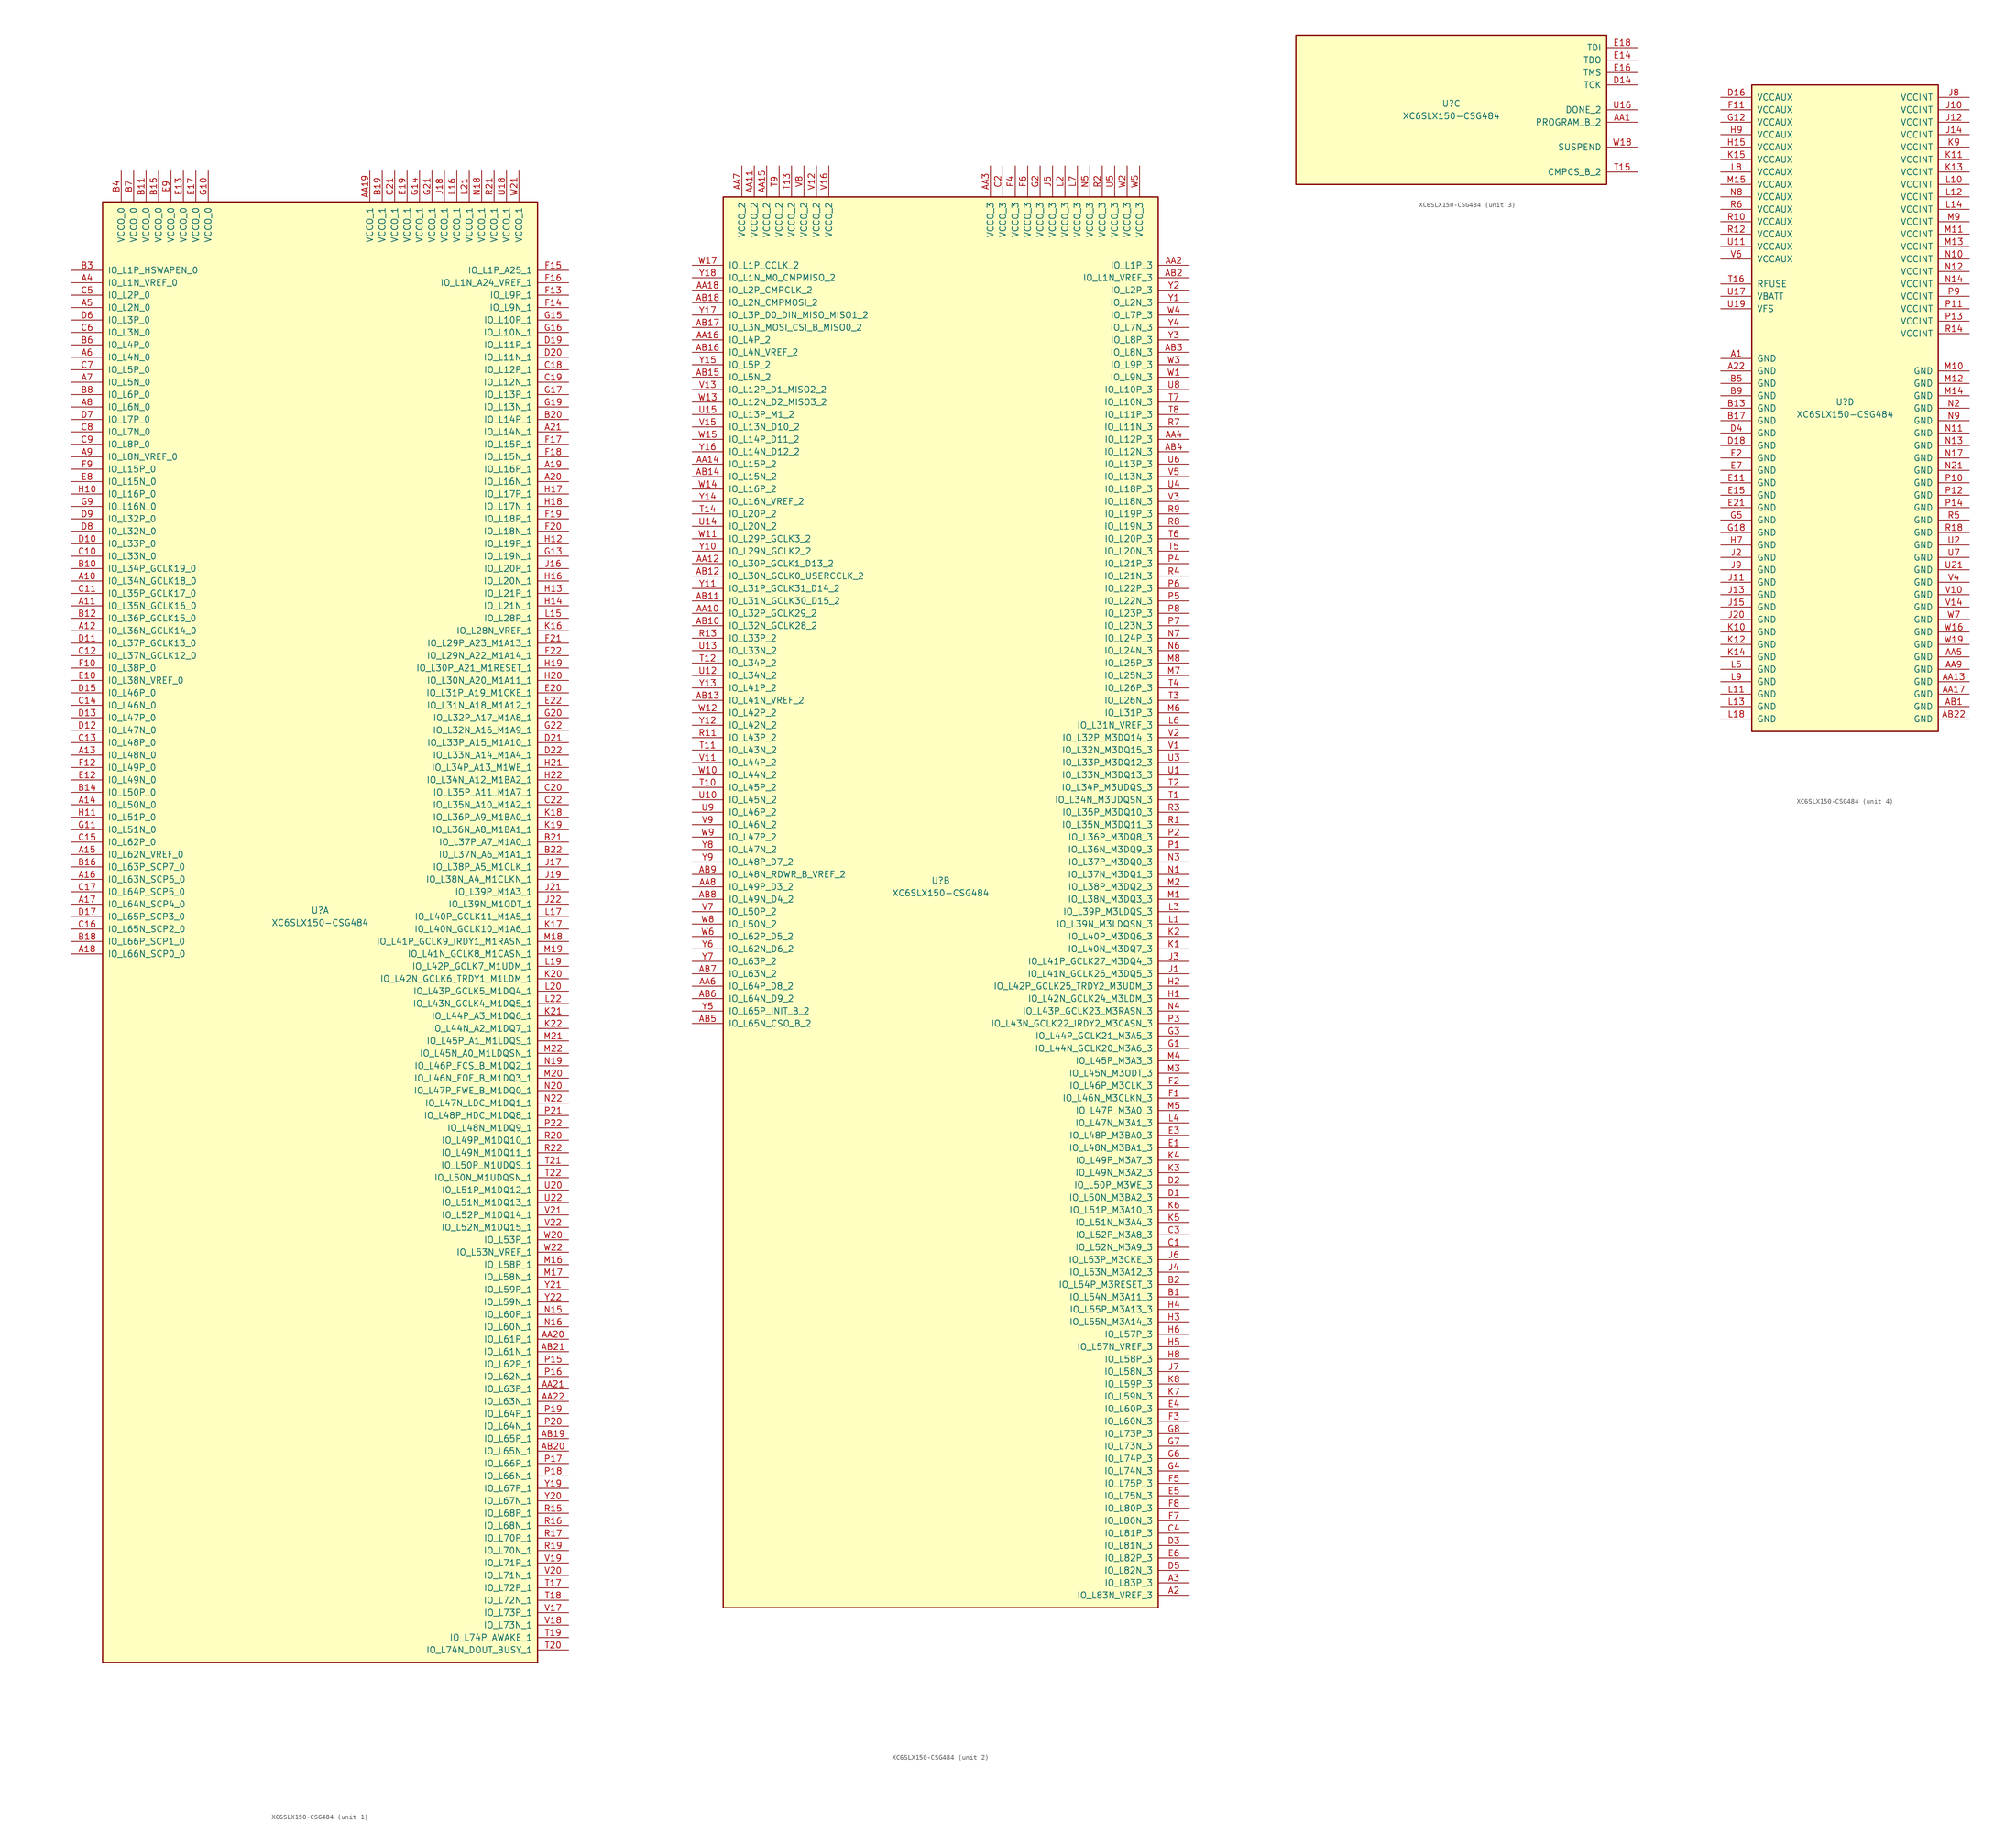
<source format=kicad_sym>
(kicad_symbol_lib
  (version 20201005)
  (generator kicad_symbol_editor)
  (symbol "XC6SLX150-CSG484"
    (pin_names
      (offset 1.016))
    (property "Reference" "U"
      (at 0 1.27 0)
      (effects (font (size 1.27 1.27))))
    (property "Value" "XC6SLX150-CSG484"
      (at 0 -1.27 0)
      (effects (font (size 1.27 1.27))))
    (property "Datasheet" ""
      (at 0 0 0)
      (effects (font (size 1.27 1.27))))
    (property "ki_locked" ""
      (at 0 0 0)
      (effects (font (size 1.27 1.27))))
    (symbol "XC6SLX150-CSG484_1_1"
      (rectangle (start -44.45 146.05) (end 44.45 -152.4) (stroke (width 0.254)) (fill (type background)))
      (pin bidirectional line (at -50.8 68.58 0) (length 6.35) (name "IO_L34N_GCLK18_0" (effects (font (size 1.27 1.27)))) (number "A10" (effects (font (size 1.27 1.27)))))
      (pin bidirectional line (at -50.8 63.5 0) (length 6.35) (name "IO_L35N_GCLK16_0" (effects (font (size 1.27 1.27)))) (number "A11" (effects (font (size 1.27 1.27)))))
      (pin bidirectional line (at -50.8 58.42 0) (length 6.35) (name "IO_L36N_GCLK14_0" (effects (font (size 1.27 1.27)))) (number "A12" (effects (font (size 1.27 1.27)))))
      (pin bidirectional line (at -50.8 33.02 0) (length 6.35) (name "IO_L48N_0" (effects (font (size 1.27 1.27)))) (number "A13" (effects (font (size 1.27 1.27)))))
      (pin bidirectional line (at -50.8 22.86 0) (length 6.35) (name "IO_L50N_0" (effects (font (size 1.27 1.27)))) (number "A14" (effects (font (size 1.27 1.27)))))
      (pin bidirectional line (at -50.8 12.7 0) (length 6.35) (name "IO_L62N_VREF_0" (effects (font (size 1.27 1.27)))) (number "A15" (effects (font (size 1.27 1.27)))))
      (pin bidirectional line (at -50.8 7.62 0) (length 6.35) (name "IO_L63N_SCP6_0" (effects (font (size 1.27 1.27)))) (number "A16" (effects (font (size 1.27 1.27)))))
      (pin bidirectional line (at -50.8 2.54 0) (length 6.35) (name "IO_L64N_SCP4_0" (effects (font (size 1.27 1.27)))) (number "A17" (effects (font (size 1.27 1.27)))))
      (pin bidirectional line (at -50.8 -7.62 0) (length 6.35) (name "IO_L66N_SCP0_0" (effects (font (size 1.27 1.27)))) (number "A18" (effects (font (size 1.27 1.27)))))
      (pin bidirectional line (at 50.8 91.44 180) (length 6.35) (name "IO_L16P_1" (effects (font (size 1.27 1.27)))) (number "A19" (effects (font (size 1.27 1.27)))))
      (pin bidirectional line (at 50.8 88.9 180) (length 6.35) (name "IO_L16N_1" (effects (font (size 1.27 1.27)))) (number "A20" (effects (font (size 1.27 1.27)))))
      (pin bidirectional line (at 50.8 99.06 180) (length 6.35) (name "IO_L14N_1" (effects (font (size 1.27 1.27)))) (number "A21" (effects (font (size 1.27 1.27)))))
      (pin bidirectional line (at -50.8 129.54 0) (length 6.35) (name "IO_L1N_VREF_0" (effects (font (size 1.27 1.27)))) (number "A4" (effects (font (size 1.27 1.27)))))
      (pin bidirectional line (at -50.8 124.46 0) (length 6.35) (name "IO_L2N_0" (effects (font (size 1.27 1.27)))) (number "A5" (effects (font (size 1.27 1.27)))))
      (pin bidirectional line (at -50.8 114.3 0) (length 6.35) (name "IO_L4N_0" (effects (font (size 1.27 1.27)))) (number "A6" (effects (font (size 1.27 1.27)))))
      (pin bidirectional line (at -50.8 109.22 0) (length 6.35) (name "IO_L5N_0" (effects (font (size 1.27 1.27)))) (number "A7" (effects (font (size 1.27 1.27)))))
      (pin bidirectional line (at -50.8 104.14 0) (length 6.35) (name "IO_L6N_0" (effects (font (size 1.27 1.27)))) (number "A8" (effects (font (size 1.27 1.27)))))
      (pin bidirectional line (at -50.8 93.98 0) (length 6.35) (name "IO_L8N_VREF_0" (effects (font (size 1.27 1.27)))) (number "A9" (effects (font (size 1.27 1.27)))))
      (pin power_in line (at 10.16 152.4 270) (length 6.35) (name "VCCO_1" (effects (font (size 1.27 1.27)))) (number "AA19" (effects (font (size 1.27 1.27)))))
      (pin bidirectional line (at 50.8 -86.36 180) (length 6.35) (name "IO_L61P_1" (effects (font (size 1.27 1.27)))) (number "AA20" (effects (font (size 1.27 1.27)))))
      (pin bidirectional line (at 50.8 -96.52 180) (length 6.35) (name "IO_L63P_1" (effects (font (size 1.27 1.27)))) (number "AA21" (effects (font (size 1.27 1.27)))))
      (pin bidirectional line (at 50.8 -99.06 180) (length 6.35) (name "IO_L63N_1" (effects (font (size 1.27 1.27)))) (number "AA22" (effects (font (size 1.27 1.27)))))
      (pin bidirectional line (at 50.8 -106.68 180) (length 6.35) (name "IO_L65P_1" (effects (font (size 1.27 1.27)))) (number "AB19" (effects (font (size 1.27 1.27)))))
      (pin bidirectional line (at 50.8 -109.22 180) (length 6.35) (name "IO_L65N_1" (effects (font (size 1.27 1.27)))) (number "AB20" (effects (font (size 1.27 1.27)))))
      (pin bidirectional line (at 50.8 -88.9 180) (length 6.35) (name "IO_L61N_1" (effects (font (size 1.27 1.27)))) (number "AB21" (effects (font (size 1.27 1.27)))))
      (pin bidirectional line (at -50.8 71.12 0) (length 6.35) (name "IO_L34P_GCLK19_0" (effects (font (size 1.27 1.27)))) (number "B10" (effects (font (size 1.27 1.27)))))
      (pin power_in line (at -35.56 152.4 270) (length 6.35) (name "VCCO_0" (effects (font (size 1.27 1.27)))) (number "B11" (effects (font (size 1.27 1.27)))))
      (pin bidirectional line (at -50.8 60.96 0) (length 6.35) (name "IO_L36P_GCLK15_0" (effects (font (size 1.27 1.27)))) (number "B12" (effects (font (size 1.27 1.27)))))
      (pin bidirectional line (at -50.8 25.4 0) (length 6.35) (name "IO_L50P_0" (effects (font (size 1.27 1.27)))) (number "B14" (effects (font (size 1.27 1.27)))))
      (pin power_in line (at -33.02 152.4 270) (length 6.35) (name "VCCO_0" (effects (font (size 1.27 1.27)))) (number "B15" (effects (font (size 1.27 1.27)))))
      (pin bidirectional line (at -50.8 10.16 0) (length 6.35) (name "IO_L63P_SCP7_0" (effects (font (size 1.27 1.27)))) (number "B16" (effects (font (size 1.27 1.27)))))
      (pin bidirectional line (at -50.8 -5.08 0) (length 6.35) (name "IO_L66P_SCP1_0" (effects (font (size 1.27 1.27)))) (number "B18" (effects (font (size 1.27 1.27)))))
      (pin power_in line (at 12.7 152.4 270) (length 6.35) (name "VCCO_1" (effects (font (size 1.27 1.27)))) (number "B19" (effects (font (size 1.27 1.27)))))
      (pin bidirectional line (at 50.8 101.6 180) (length 6.35) (name "IO_L14P_1" (effects (font (size 1.27 1.27)))) (number "B20" (effects (font (size 1.27 1.27)))))
      (pin bidirectional line (at 50.8 15.24 180) (length 6.35) (name "IO_L37P_A7_M1A0_1" (effects (font (size 1.27 1.27)))) (number "B21" (effects (font (size 1.27 1.27)))))
      (pin bidirectional line (at 50.8 12.7 180) (length 6.35) (name "IO_L37N_A6_M1A1_1" (effects (font (size 1.27 1.27)))) (number "B22" (effects (font (size 1.27 1.27)))))
      (pin bidirectional line (at -50.8 132.08 0) (length 6.35) (name "IO_L1P_HSWAPEN_0" (effects (font (size 1.27 1.27)))) (number "B3" (effects (font (size 1.27 1.27)))))
      (pin power_in line (at -40.64 152.4 270) (length 6.35) (name "VCCO_0" (effects (font (size 1.27 1.27)))) (number "B4" (effects (font (size 1.27 1.27)))))
      (pin bidirectional line (at -50.8 116.84 0) (length 6.35) (name "IO_L4P_0" (effects (font (size 1.27 1.27)))) (number "B6" (effects (font (size 1.27 1.27)))))
      (pin power_in line (at -38.1 152.4 270) (length 6.35) (name "VCCO_0" (effects (font (size 1.27 1.27)))) (number "B7" (effects (font (size 1.27 1.27)))))
      (pin bidirectional line (at -50.8 106.68 0) (length 6.35) (name "IO_L6P_0" (effects (font (size 1.27 1.27)))) (number "B8" (effects (font (size 1.27 1.27)))))
      (pin bidirectional line (at -50.8 73.66 0) (length 6.35) (name "IO_L33N_0" (effects (font (size 1.27 1.27)))) (number "C10" (effects (font (size 1.27 1.27)))))
      (pin bidirectional line (at -50.8 66.04 0) (length 6.35) (name "IO_L35P_GCLK17_0" (effects (font (size 1.27 1.27)))) (number "C11" (effects (font (size 1.27 1.27)))))
      (pin bidirectional line (at -50.8 53.34 0) (length 6.35) (name "IO_L37N_GCLK12_0" (effects (font (size 1.27 1.27)))) (number "C12" (effects (font (size 1.27 1.27)))))
      (pin bidirectional line (at -50.8 35.56 0) (length 6.35) (name "IO_L48P_0" (effects (font (size 1.27 1.27)))) (number "C13" (effects (font (size 1.27 1.27)))))
      (pin bidirectional line (at -50.8 43.18 0) (length 6.35) (name "IO_L46N_0" (effects (font (size 1.27 1.27)))) (number "C14" (effects (font (size 1.27 1.27)))))
      (pin bidirectional line (at -50.8 15.24 0) (length 6.35) (name "IO_L62P_0" (effects (font (size 1.27 1.27)))) (number "C15" (effects (font (size 1.27 1.27)))))
      (pin bidirectional line (at -50.8 -2.54 0) (length 6.35) (name "IO_L65N_SCP2_0" (effects (font (size 1.27 1.27)))) (number "C16" (effects (font (size 1.27 1.27)))))
      (pin bidirectional line (at -50.8 5.08 0) (length 6.35) (name "IO_L64P_SCP5_0" (effects (font (size 1.27 1.27)))) (number "C17" (effects (font (size 1.27 1.27)))))
      (pin bidirectional line (at 50.8 111.76 180) (length 6.35) (name "IO_L12P_1" (effects (font (size 1.27 1.27)))) (number "C18" (effects (font (size 1.27 1.27)))))
      (pin bidirectional line (at 50.8 109.22 180) (length 6.35) (name "IO_L12N_1" (effects (font (size 1.27 1.27)))) (number "C19" (effects (font (size 1.27 1.27)))))
      (pin bidirectional line (at 50.8 25.4 180) (length 6.35) (name "IO_L35P_A11_M1A7_1" (effects (font (size 1.27 1.27)))) (number "C20" (effects (font (size 1.27 1.27)))))
      (pin power_in line (at 15.24 152.4 270) (length 6.35) (name "VCCO_1" (effects (font (size 1.27 1.27)))) (number "C21" (effects (font (size 1.27 1.27)))))
      (pin bidirectional line (at 50.8 22.86 180) (length 6.35) (name "IO_L35N_A10_M1A2_1" (effects (font (size 1.27 1.27)))) (number "C22" (effects (font (size 1.27 1.27)))))
      (pin bidirectional line (at -50.8 127 0) (length 6.35) (name "IO_L2P_0" (effects (font (size 1.27 1.27)))) (number "C5" (effects (font (size 1.27 1.27)))))
      (pin bidirectional line (at -50.8 119.38 0) (length 6.35) (name "IO_L3N_0" (effects (font (size 1.27 1.27)))) (number "C6" (effects (font (size 1.27 1.27)))))
      (pin bidirectional line (at -50.8 111.76 0) (length 6.35) (name "IO_L5P_0" (effects (font (size 1.27 1.27)))) (number "C7" (effects (font (size 1.27 1.27)))))
      (pin bidirectional line (at -50.8 99.06 0) (length 6.35) (name "IO_L7N_0" (effects (font (size 1.27 1.27)))) (number "C8" (effects (font (size 1.27 1.27)))))
      (pin bidirectional line (at -50.8 96.52 0) (length 6.35) (name "IO_L8P_0" (effects (font (size 1.27 1.27)))) (number "C9" (effects (font (size 1.27 1.27)))))
      (pin bidirectional line (at -50.8 76.2 0) (length 6.35) (name "IO_L33P_0" (effects (font (size 1.27 1.27)))) (number "D10" (effects (font (size 1.27 1.27)))))
      (pin bidirectional line (at -50.8 55.88 0) (length 6.35) (name "IO_L37P_GCLK13_0" (effects (font (size 1.27 1.27)))) (number "D11" (effects (font (size 1.27 1.27)))))
      (pin bidirectional line (at -50.8 38.1 0) (length 6.35) (name "IO_L47N_0" (effects (font (size 1.27 1.27)))) (number "D12" (effects (font (size 1.27 1.27)))))
      (pin bidirectional line (at -50.8 40.64 0) (length 6.35) (name "IO_L47P_0" (effects (font (size 1.27 1.27)))) (number "D13" (effects (font (size 1.27 1.27)))))
      (pin bidirectional line (at -50.8 45.72 0) (length 6.35) (name "IO_L46P_0" (effects (font (size 1.27 1.27)))) (number "D15" (effects (font (size 1.27 1.27)))))
      (pin bidirectional line (at -50.8 0 0) (length 6.35) (name "IO_L65P_SCP3_0" (effects (font (size 1.27 1.27)))) (number "D17" (effects (font (size 1.27 1.27)))))
      (pin bidirectional line (at 50.8 116.84 180) (length 6.35) (name "IO_L11P_1" (effects (font (size 1.27 1.27)))) (number "D19" (effects (font (size 1.27 1.27)))))
      (pin bidirectional line (at 50.8 114.3 180) (length 6.35) (name "IO_L11N_1" (effects (font (size 1.27 1.27)))) (number "D20" (effects (font (size 1.27 1.27)))))
      (pin bidirectional line (at 50.8 35.56 180) (length 6.35) (name "IO_L33P_A15_M1A10_1" (effects (font (size 1.27 1.27)))) (number "D21" (effects (font (size 1.27 1.27)))))
      (pin bidirectional line (at 50.8 33.02 180) (length 6.35) (name "IO_L33N_A14_M1A4_1" (effects (font (size 1.27 1.27)))) (number "D22" (effects (font (size 1.27 1.27)))))
      (pin bidirectional line (at -50.8 121.92 0) (length 6.35) (name "IO_L3P_0" (effects (font (size 1.27 1.27)))) (number "D6" (effects (font (size 1.27 1.27)))))
      (pin bidirectional line (at -50.8 101.6 0) (length 6.35) (name "IO_L7P_0" (effects (font (size 1.27 1.27)))) (number "D7" (effects (font (size 1.27 1.27)))))
      (pin bidirectional line (at -50.8 78.74 0) (length 6.35) (name "IO_L32N_0" (effects (font (size 1.27 1.27)))) (number "D8" (effects (font (size 1.27 1.27)))))
      (pin bidirectional line (at -50.8 81.28 0) (length 6.35) (name "IO_L32P_0" (effects (font (size 1.27 1.27)))) (number "D9" (effects (font (size 1.27 1.27)))))
      (pin bidirectional line (at -50.8 48.26 0) (length 6.35) (name "IO_L38N_VREF_0" (effects (font (size 1.27 1.27)))) (number "E10" (effects (font (size 1.27 1.27)))))
      (pin bidirectional line (at -50.8 27.94 0) (length 6.35) (name "IO_L49N_0" (effects (font (size 1.27 1.27)))) (number "E12" (effects (font (size 1.27 1.27)))))
      (pin power_in line (at -27.94 152.4 270) (length 6.35) (name "VCCO_0" (effects (font (size 1.27 1.27)))) (number "E13" (effects (font (size 1.27 1.27)))))
      (pin power_in line (at -25.4 152.4 270) (length 6.35) (name "VCCO_0" (effects (font (size 1.27 1.27)))) (number "E17" (effects (font (size 1.27 1.27)))))
      (pin power_in line (at 17.78 152.4 270) (length 6.35) (name "VCCO_1" (effects (font (size 1.27 1.27)))) (number "E19" (effects (font (size 1.27 1.27)))))
      (pin bidirectional line (at 50.8 45.72 180) (length 6.35) (name "IO_L31P_A19_M1CKE_1" (effects (font (size 1.27 1.27)))) (number "E20" (effects (font (size 1.27 1.27)))))
      (pin bidirectional line (at 50.8 43.18 180) (length 6.35) (name "IO_L31N_A18_M1A12_1" (effects (font (size 1.27 1.27)))) (number "E22" (effects (font (size 1.27 1.27)))))
      (pin bidirectional line (at -50.8 88.9 0) (length 6.35) (name "IO_L15N_0" (effects (font (size 1.27 1.27)))) (number "E8" (effects (font (size 1.27 1.27)))))
      (pin power_in line (at -30.48 152.4 270) (length 6.35) (name "VCCO_0" (effects (font (size 1.27 1.27)))) (number "E9" (effects (font (size 1.27 1.27)))))
      (pin bidirectional line (at -50.8 50.8 0) (length 6.35) (name "IO_L38P_0" (effects (font (size 1.27 1.27)))) (number "F10" (effects (font (size 1.27 1.27)))))
      (pin bidirectional line (at -50.8 30.48 0) (length 6.35) (name "IO_L49P_0" (effects (font (size 1.27 1.27)))) (number "F12" (effects (font (size 1.27 1.27)))))
      (pin bidirectional line (at 50.8 127 180) (length 6.35) (name "IO_L9P_1" (effects (font (size 1.27 1.27)))) (number "F13" (effects (font (size 1.27 1.27)))))
      (pin bidirectional line (at 50.8 124.46 180) (length 6.35) (name "IO_L9N_1" (effects (font (size 1.27 1.27)))) (number "F14" (effects (font (size 1.27 1.27)))))
      (pin bidirectional line (at 50.8 132.08 180) (length 6.35) (name "IO_L1P_A25_1" (effects (font (size 1.27 1.27)))) (number "F15" (effects (font (size 1.27 1.27)))))
      (pin bidirectional line (at 50.8 129.54 180) (length 6.35) (name "IO_L1N_A24_VREF_1" (effects (font (size 1.27 1.27)))) (number "F16" (effects (font (size 1.27 1.27)))))
      (pin bidirectional line (at 50.8 96.52 180) (length 6.35) (name "IO_L15P_1" (effects (font (size 1.27 1.27)))) (number "F17" (effects (font (size 1.27 1.27)))))
      (pin bidirectional line (at 50.8 93.98 180) (length 6.35) (name "IO_L15N_1" (effects (font (size 1.27 1.27)))) (number "F18" (effects (font (size 1.27 1.27)))))
      (pin bidirectional line (at 50.8 81.28 180) (length 6.35) (name "IO_L18P_1" (effects (font (size 1.27 1.27)))) (number "F19" (effects (font (size 1.27 1.27)))))
      (pin bidirectional line (at 50.8 78.74 180) (length 6.35) (name "IO_L18N_1" (effects (font (size 1.27 1.27)))) (number "F20" (effects (font (size 1.27 1.27)))))
      (pin bidirectional line (at 50.8 55.88 180) (length 6.35) (name "IO_L29P_A23_M1A13_1" (effects (font (size 1.27 1.27)))) (number "F21" (effects (font (size 1.27 1.27)))))
      (pin bidirectional line (at 50.8 53.34 180) (length 6.35) (name "IO_L29N_A22_M1A14_1" (effects (font (size 1.27 1.27)))) (number "F22" (effects (font (size 1.27 1.27)))))
      (pin bidirectional line (at -50.8 91.44 0) (length 6.35) (name "IO_L15P_0" (effects (font (size 1.27 1.27)))) (number "F9" (effects (font (size 1.27 1.27)))))
      (pin power_in line (at -22.86 152.4 270) (length 6.35) (name "VCCO_0" (effects (font (size 1.27 1.27)))) (number "G10" (effects (font (size 1.27 1.27)))))
      (pin bidirectional line (at -50.8 17.78 0) (length 6.35) (name "IO_L51N_0" (effects (font (size 1.27 1.27)))) (number "G11" (effects (font (size 1.27 1.27)))))
      (pin bidirectional line (at 50.8 73.66 180) (length 6.35) (name "IO_L19N_1" (effects (font (size 1.27 1.27)))) (number "G13" (effects (font (size 1.27 1.27)))))
      (pin power_in line (at 20.32 152.4 270) (length 6.35) (name "VCCO_1" (effects (font (size 1.27 1.27)))) (number "G14" (effects (font (size 1.27 1.27)))))
      (pin bidirectional line (at 50.8 121.92 180) (length 6.35) (name "IO_L10P_1" (effects (font (size 1.27 1.27)))) (number "G15" (effects (font (size 1.27 1.27)))))
      (pin bidirectional line (at 50.8 119.38 180) (length 6.35) (name "IO_L10N_1" (effects (font (size 1.27 1.27)))) (number "G16" (effects (font (size 1.27 1.27)))))
      (pin bidirectional line (at 50.8 106.68 180) (length 6.35) (name "IO_L13P_1" (effects (font (size 1.27 1.27)))) (number "G17" (effects (font (size 1.27 1.27)))))
      (pin bidirectional line (at 50.8 104.14 180) (length 6.35) (name "IO_L13N_1" (effects (font (size 1.27 1.27)))) (number "G19" (effects (font (size 1.27 1.27)))))
      (pin bidirectional line (at 50.8 40.64 180) (length 6.35) (name "IO_L32P_A17_M1A8_1" (effects (font (size 1.27 1.27)))) (number "G20" (effects (font (size 1.27 1.27)))))
      (pin power_in line (at 22.86 152.4 270) (length 6.35) (name "VCCO_1" (effects (font (size 1.27 1.27)))) (number "G21" (effects (font (size 1.27 1.27)))))
      (pin bidirectional line (at 50.8 38.1 180) (length 6.35) (name "IO_L32N_A16_M1A9_1" (effects (font (size 1.27 1.27)))) (number "G22" (effects (font (size 1.27 1.27)))))
      (pin bidirectional line (at -50.8 83.82 0) (length 6.35) (name "IO_L16N_0" (effects (font (size 1.27 1.27)))) (number "G9" (effects (font (size 1.27 1.27)))))
      (pin bidirectional line (at -50.8 86.36 0) (length 6.35) (name "IO_L16P_0" (effects (font (size 1.27 1.27)))) (number "H10" (effects (font (size 1.27 1.27)))))
      (pin bidirectional line (at -50.8 20.32 0) (length 6.35) (name "IO_L51P_0" (effects (font (size 1.27 1.27)))) (number "H11" (effects (font (size 1.27 1.27)))))
      (pin bidirectional line (at 50.8 76.2 180) (length 6.35) (name "IO_L19P_1" (effects (font (size 1.27 1.27)))) (number "H12" (effects (font (size 1.27 1.27)))))
      (pin bidirectional line (at 50.8 66.04 180) (length 6.35) (name "IO_L21P_1" (effects (font (size 1.27 1.27)))) (number "H13" (effects (font (size 1.27 1.27)))))
      (pin bidirectional line (at 50.8 63.5 180) (length 6.35) (name "IO_L21N_1" (effects (font (size 1.27 1.27)))) (number "H14" (effects (font (size 1.27 1.27)))))
      (pin bidirectional line (at 50.8 68.58 180) (length 6.35) (name "IO_L20N_1" (effects (font (size 1.27 1.27)))) (number "H16" (effects (font (size 1.27 1.27)))))
      (pin bidirectional line (at 50.8 86.36 180) (length 6.35) (name "IO_L17P_1" (effects (font (size 1.27 1.27)))) (number "H17" (effects (font (size 1.27 1.27)))))
      (pin bidirectional line (at 50.8 83.82 180) (length 6.35) (name "IO_L17N_1" (effects (font (size 1.27 1.27)))) (number "H18" (effects (font (size 1.27 1.27)))))
      (pin bidirectional line (at 50.8 50.8 180) (length 6.35) (name "IO_L30P_A21_M1RESET_1" (effects (font (size 1.27 1.27)))) (number "H19" (effects (font (size 1.27 1.27)))))
      (pin bidirectional line (at 50.8 48.26 180) (length 6.35) (name "IO_L30N_A20_M1A11_1" (effects (font (size 1.27 1.27)))) (number "H20" (effects (font (size 1.27 1.27)))))
      (pin bidirectional line (at 50.8 30.48 180) (length 6.35) (name "IO_L34P_A13_M1WE_1" (effects (font (size 1.27 1.27)))) (number "H21" (effects (font (size 1.27 1.27)))))
      (pin bidirectional line (at 50.8 27.94 180) (length 6.35) (name "IO_L34N_A12_M1BA2_1" (effects (font (size 1.27 1.27)))) (number "H22" (effects (font (size 1.27 1.27)))))
      (pin bidirectional line (at 50.8 71.12 180) (length 6.35) (name "IO_L20P_1" (effects (font (size 1.27 1.27)))) (number "J16" (effects (font (size 1.27 1.27)))))
      (pin bidirectional line (at 50.8 10.16 180) (length 6.35) (name "IO_L38P_A5_M1CLK_1" (effects (font (size 1.27 1.27)))) (number "J17" (effects (font (size 1.27 1.27)))))
      (pin power_in line (at 25.4 152.4 270) (length 6.35) (name "VCCO_1" (effects (font (size 1.27 1.27)))) (number "J18" (effects (font (size 1.27 1.27)))))
      (pin bidirectional line (at 50.8 7.62 180) (length 6.35) (name "IO_L38N_A4_M1CLKN_1" (effects (font (size 1.27 1.27)))) (number "J19" (effects (font (size 1.27 1.27)))))
      (pin bidirectional line (at 50.8 5.08 180) (length 6.35) (name "IO_L39P_M1A3_1" (effects (font (size 1.27 1.27)))) (number "J21" (effects (font (size 1.27 1.27)))))
      (pin bidirectional line (at 50.8 2.54 180) (length 6.35) (name "IO_L39N_M1ODT_1" (effects (font (size 1.27 1.27)))) (number "J22" (effects (font (size 1.27 1.27)))))
      (pin bidirectional line (at 50.8 58.42 180) (length 6.35) (name "IO_L28N_VREF_1" (effects (font (size 1.27 1.27)))) (number "K16" (effects (font (size 1.27 1.27)))))
      (pin bidirectional line (at 50.8 -2.54 180) (length 6.35) (name "IO_L40N_GCLK10_M1A6_1" (effects (font (size 1.27 1.27)))) (number "K17" (effects (font (size 1.27 1.27)))))
      (pin bidirectional line (at 50.8 20.32 180) (length 6.35) (name "IO_L36P_A9_M1BA0_1" (effects (font (size 1.27 1.27)))) (number "K18" (effects (font (size 1.27 1.27)))))
      (pin bidirectional line (at 50.8 17.78 180) (length 6.35) (name "IO_L36N_A8_M1BA1_1" (effects (font (size 1.27 1.27)))) (number "K19" (effects (font (size 1.27 1.27)))))
      (pin bidirectional line (at 50.8 -12.7 180) (length 6.35) (name "IO_L42N_GCLK6_TRDY1_M1LDM_1" (effects (font (size 1.27 1.27)))) (number "K20" (effects (font (size 1.27 1.27)))))
      (pin bidirectional line (at 50.8 -20.32 180) (length 6.35) (name "IO_L44P_A3_M1DQ6_1" (effects (font (size 1.27 1.27)))) (number "K21" (effects (font (size 1.27 1.27)))))
      (pin bidirectional line (at 50.8 -22.86 180) (length 6.35) (name "IO_L44N_A2_M1DQ7_1" (effects (font (size 1.27 1.27)))) (number "K22" (effects (font (size 1.27 1.27)))))
      (pin bidirectional line (at 50.8 60.96 180) (length 6.35) (name "IO_L28P_1" (effects (font (size 1.27 1.27)))) (number "L15" (effects (font (size 1.27 1.27)))))
      (pin power_in line (at 27.94 152.4 270) (length 6.35) (name "VCCO_1" (effects (font (size 1.27 1.27)))) (number "L16" (effects (font (size 1.27 1.27)))))
      (pin bidirectional line (at 50.8 0 180) (length 6.35) (name "IO_L40P_GCLK11_M1A5_1" (effects (font (size 1.27 1.27)))) (number "L17" (effects (font (size 1.27 1.27)))))
      (pin bidirectional line (at 50.8 -10.16 180) (length 6.35) (name "IO_L42P_GCLK7_M1UDM_1" (effects (font (size 1.27 1.27)))) (number "L19" (effects (font (size 1.27 1.27)))))
      (pin bidirectional line (at 50.8 -15.24 180) (length 6.35) (name "IO_L43P_GCLK5_M1DQ4_1" (effects (font (size 1.27 1.27)))) (number "L20" (effects (font (size 1.27 1.27)))))
      (pin power_in line (at 30.48 152.4 270) (length 6.35) (name "VCCO_1" (effects (font (size 1.27 1.27)))) (number "L21" (effects (font (size 1.27 1.27)))))
      (pin bidirectional line (at 50.8 -17.78 180) (length 6.35) (name "IO_L43N_GCLK4_M1DQ5_1" (effects (font (size 1.27 1.27)))) (number "L22" (effects (font (size 1.27 1.27)))))
      (pin bidirectional line (at 50.8 -71.12 180) (length 6.35) (name "IO_L58P_1" (effects (font (size 1.27 1.27)))) (number "M16" (effects (font (size 1.27 1.27)))))
      (pin bidirectional line (at 50.8 -73.66 180) (length 6.35) (name "IO_L58N_1" (effects (font (size 1.27 1.27)))) (number "M17" (effects (font (size 1.27 1.27)))))
      (pin bidirectional line (at 50.8 -5.08 180) (length 6.35) (name "IO_L41P_GCLK9_IRDY1_M1RASN_1" (effects (font (size 1.27 1.27)))) (number "M18" (effects (font (size 1.27 1.27)))))
      (pin bidirectional line (at 50.8 -7.62 180) (length 6.35) (name "IO_L41N_GCLK8_M1CASN_1" (effects (font (size 1.27 1.27)))) (number "M19" (effects (font (size 1.27 1.27)))))
      (pin bidirectional line (at 50.8 -33.02 180) (length 6.35) (name "IO_L46N_FOE_B_M1DQ3_1" (effects (font (size 1.27 1.27)))) (number "M20" (effects (font (size 1.27 1.27)))))
      (pin bidirectional line (at 50.8 -25.4 180) (length 6.35) (name "IO_L45P_A1_M1LDQS_1" (effects (font (size 1.27 1.27)))) (number "M21" (effects (font (size 1.27 1.27)))))
      (pin bidirectional line (at 50.8 -27.94 180) (length 6.35) (name "IO_L45N_A0_M1LDQSN_1" (effects (font (size 1.27 1.27)))) (number "M22" (effects (font (size 1.27 1.27)))))
      (pin bidirectional line (at 50.8 -81.28 180) (length 6.35) (name "IO_L60P_1" (effects (font (size 1.27 1.27)))) (number "N15" (effects (font (size 1.27 1.27)))))
      (pin bidirectional line (at 50.8 -83.82 180) (length 6.35) (name "IO_L60N_1" (effects (font (size 1.27 1.27)))) (number "N16" (effects (font (size 1.27 1.27)))))
      (pin power_in line (at 33.02 152.4 270) (length 6.35) (name "VCCO_1" (effects (font (size 1.27 1.27)))) (number "N18" (effects (font (size 1.27 1.27)))))
      (pin bidirectional line (at 50.8 -30.48 180) (length 6.35) (name "IO_L46P_FCS_B_M1DQ2_1" (effects (font (size 1.27 1.27)))) (number "N19" (effects (font (size 1.27 1.27)))))
      (pin bidirectional line (at 50.8 -35.56 180) (length 6.35) (name "IO_L47P_FWE_B_M1DQ0_1" (effects (font (size 1.27 1.27)))) (number "N20" (effects (font (size 1.27 1.27)))))
      (pin bidirectional line (at 50.8 -38.1 180) (length 6.35) (name "IO_L47N_LDC_M1DQ1_1" (effects (font (size 1.27 1.27)))) (number "N22" (effects (font (size 1.27 1.27)))))
      (pin bidirectional line (at 50.8 -91.44 180) (length 6.35) (name "IO_L62P_1" (effects (font (size 1.27 1.27)))) (number "P15" (effects (font (size 1.27 1.27)))))
      (pin bidirectional line (at 50.8 -93.98 180) (length 6.35) (name "IO_L62N_1" (effects (font (size 1.27 1.27)))) (number "P16" (effects (font (size 1.27 1.27)))))
      (pin bidirectional line (at 50.8 -111.76 180) (length 6.35) (name "IO_L66P_1" (effects (font (size 1.27 1.27)))) (number "P17" (effects (font (size 1.27 1.27)))))
      (pin bidirectional line (at 50.8 -114.3 180) (length 6.35) (name "IO_L66N_1" (effects (font (size 1.27 1.27)))) (number "P18" (effects (font (size 1.27 1.27)))))
      (pin bidirectional line (at 50.8 -101.6 180) (length 6.35) (name "IO_L64P_1" (effects (font (size 1.27 1.27)))) (number "P19" (effects (font (size 1.27 1.27)))))
      (pin bidirectional line (at 50.8 -104.14 180) (length 6.35) (name "IO_L64N_1" (effects (font (size 1.27 1.27)))) (number "P20" (effects (font (size 1.27 1.27)))))
      (pin bidirectional line (at 50.8 -40.64 180) (length 6.35) (name "IO_L48P_HDC_M1DQ8_1" (effects (font (size 1.27 1.27)))) (number "P21" (effects (font (size 1.27 1.27)))))
      (pin bidirectional line (at 50.8 -43.18 180) (length 6.35) (name "IO_L48N_M1DQ9_1" (effects (font (size 1.27 1.27)))) (number "P22" (effects (font (size 1.27 1.27)))))
      (pin bidirectional line (at 50.8 -121.92 180) (length 6.35) (name "IO_L68P_1" (effects (font (size 1.27 1.27)))) (number "R15" (effects (font (size 1.27 1.27)))))
      (pin bidirectional line (at 50.8 -124.46 180) (length 6.35) (name "IO_L68N_1" (effects (font (size 1.27 1.27)))) (number "R16" (effects (font (size 1.27 1.27)))))
      (pin bidirectional line (at 50.8 -127 180) (length 6.35) (name "IO_L70P_1" (effects (font (size 1.27 1.27)))) (number "R17" (effects (font (size 1.27 1.27)))))
      (pin bidirectional line (at 50.8 -129.54 180) (length 6.35) (name "IO_L70N_1" (effects (font (size 1.27 1.27)))) (number "R19" (effects (font (size 1.27 1.27)))))
      (pin bidirectional line (at 50.8 -45.72 180) (length 6.35) (name "IO_L49P_M1DQ10_1" (effects (font (size 1.27 1.27)))) (number "R20" (effects (font (size 1.27 1.27)))))
      (pin power_in line (at 35.56 152.4 270) (length 6.35) (name "VCCO_1" (effects (font (size 1.27 1.27)))) (number "R21" (effects (font (size 1.27 1.27)))))
      (pin bidirectional line (at 50.8 -48.26 180) (length 6.35) (name "IO_L49N_M1DQ11_1" (effects (font (size 1.27 1.27)))) (number "R22" (effects (font (size 1.27 1.27)))))
      (pin bidirectional line (at 50.8 -137.16 180) (length 6.35) (name "IO_L72P_1" (effects (font (size 1.27 1.27)))) (number "T17" (effects (font (size 1.27 1.27)))))
      (pin bidirectional line (at 50.8 -139.7 180) (length 6.35) (name "IO_L72N_1" (effects (font (size 1.27 1.27)))) (number "T18" (effects (font (size 1.27 1.27)))))
      (pin bidirectional line (at 50.8 -147.32 180) (length 6.35) (name "IO_L74P_AWAKE_1" (effects (font (size 1.27 1.27)))) (number "T19" (effects (font (size 1.27 1.27)))))
      (pin bidirectional line (at 50.8 -149.86 180) (length 6.35) (name "IO_L74N_DOUT_BUSY_1" (effects (font (size 1.27 1.27)))) (number "T20" (effects (font (size 1.27 1.27)))))
      (pin bidirectional line (at 50.8 -50.8 180) (length 6.35) (name "IO_L50P_M1UDQS_1" (effects (font (size 1.27 1.27)))) (number "T21" (effects (font (size 1.27 1.27)))))
      (pin bidirectional line (at 50.8 -53.34 180) (length 6.35) (name "IO_L50N_M1UDQSN_1" (effects (font (size 1.27 1.27)))) (number "T22" (effects (font (size 1.27 1.27)))))
      (pin power_in line (at 38.1 152.4 270) (length 6.35) (name "VCCO_1" (effects (font (size 1.27 1.27)))) (number "U18" (effects (font (size 1.27 1.27)))))
      (pin bidirectional line (at 50.8 -55.88 180) (length 6.35) (name "IO_L51P_M1DQ12_1" (effects (font (size 1.27 1.27)))) (number "U20" (effects (font (size 1.27 1.27)))))
      (pin bidirectional line (at 50.8 -58.42 180) (length 6.35) (name "IO_L51N_M1DQ13_1" (effects (font (size 1.27 1.27)))) (number "U22" (effects (font (size 1.27 1.27)))))
      (pin bidirectional line (at 50.8 -142.24 180) (length 6.35) (name "IO_L73P_1" (effects (font (size 1.27 1.27)))) (number "V17" (effects (font (size 1.27 1.27)))))
      (pin bidirectional line (at 50.8 -144.78 180) (length 6.35) (name "IO_L73N_1" (effects (font (size 1.27 1.27)))) (number "V18" (effects (font (size 1.27 1.27)))))
      (pin bidirectional line (at 50.8 -132.08 180) (length 6.35) (name "IO_L71P_1" (effects (font (size 1.27 1.27)))) (number "V19" (effects (font (size 1.27 1.27)))))
      (pin bidirectional line (at 50.8 -134.62 180) (length 6.35) (name "IO_L71N_1" (effects (font (size 1.27 1.27)))) (number "V20" (effects (font (size 1.27 1.27)))))
      (pin bidirectional line (at 50.8 -60.96 180) (length 6.35) (name "IO_L52P_M1DQ14_1" (effects (font (size 1.27 1.27)))) (number "V21" (effects (font (size 1.27 1.27)))))
      (pin bidirectional line (at 50.8 -63.5 180) (length 6.35) (name "IO_L52N_M1DQ15_1" (effects (font (size 1.27 1.27)))) (number "V22" (effects (font (size 1.27 1.27)))))
      (pin bidirectional line (at 50.8 -66.04 180) (length 6.35) (name "IO_L53P_1" (effects (font (size 1.27 1.27)))) (number "W20" (effects (font (size 1.27 1.27)))))
      (pin power_in line (at 40.64 152.4 270) (length 6.35) (name "VCCO_1" (effects (font (size 1.27 1.27)))) (number "W21" (effects (font (size 1.27 1.27)))))
      (pin bidirectional line (at 50.8 -68.58 180) (length 6.35) (name "IO_L53N_VREF_1" (effects (font (size 1.27 1.27)))) (number "W22" (effects (font (size 1.27 1.27)))))
      (pin bidirectional line (at 50.8 -116.84 180) (length 6.35) (name "IO_L67P_1" (effects (font (size 1.27 1.27)))) (number "Y19" (effects (font (size 1.27 1.27)))))
      (pin bidirectional line (at 50.8 -119.38 180) (length 6.35) (name "IO_L67N_1" (effects (font (size 1.27 1.27)))) (number "Y20" (effects (font (size 1.27 1.27)))))
      (pin bidirectional line (at 50.8 -76.2 180) (length 6.35) (name "IO_L59P_1" (effects (font (size 1.27 1.27)))) (number "Y21" (effects (font (size 1.27 1.27)))))
      (pin bidirectional line (at 50.8 -78.74 180) (length 6.35) (name "IO_L59N_1" (effects (font (size 1.27 1.27)))) (number "Y22" (effects (font (size 1.27 1.27))))))
    (symbol "XC6SLX150-CSG484_2_1"
      (rectangle (start -44.45 140.97) (end 44.45 -147.32) (stroke (width 0.254)) (fill (type background)))
      (pin bidirectional line (at 50.8 -144.78 180) (length 6.35) (name "IO_L83N_VREF_3" (effects (font (size 1.27 1.27)))) (number "A2" (effects (font (size 1.27 1.27)))))
      (pin bidirectional line (at 50.8 -142.24 180) (length 6.35) (name "IO_L83P_3" (effects (font (size 1.27 1.27)))) (number "A3" (effects (font (size 1.27 1.27)))))
      (pin bidirectional line (at -50.8 55.88 0) (length 6.35) (name "IO_L32P_GCLK29_2" (effects (font (size 1.27 1.27)))) (number "AA10" (effects (font (size 1.27 1.27)))))
      (pin power_in line (at -38.1 147.32 270) (length 6.35) (name "VCCO_2" (effects (font (size 1.27 1.27)))) (number "AA11" (effects (font (size 1.27 1.27)))))
      (pin bidirectional line (at -50.8 66.04 0) (length 6.35) (name "IO_L30P_GCLK1_D13_2" (effects (font (size 1.27 1.27)))) (number "AA12" (effects (font (size 1.27 1.27)))))
      (pin bidirectional line (at -50.8 86.36 0) (length 6.35) (name "IO_L15P_2" (effects (font (size 1.27 1.27)))) (number "AA14" (effects (font (size 1.27 1.27)))))
      (pin power_in line (at -35.56 147.32 270) (length 6.35) (name "VCCO_2" (effects (font (size 1.27 1.27)))) (number "AA15" (effects (font (size 1.27 1.27)))))
      (pin bidirectional line (at -50.8 111.76 0) (length 6.35) (name "IO_L4P_2" (effects (font (size 1.27 1.27)))) (number "AA16" (effects (font (size 1.27 1.27)))))
      (pin bidirectional line (at -50.8 121.92 0) (length 6.35) (name "IO_L2P_CMPCLK_2" (effects (font (size 1.27 1.27)))) (number "AA18" (effects (font (size 1.27 1.27)))))
      (pin bidirectional line (at 50.8 127 180) (length 6.35) (name "IO_L1P_3" (effects (font (size 1.27 1.27)))) (number "AA2" (effects (font (size 1.27 1.27)))))
      (pin power_in line (at 10.16 147.32 270) (length 6.35) (name "VCCO_3" (effects (font (size 1.27 1.27)))) (number "AA3" (effects (font (size 1.27 1.27)))))
      (pin bidirectional line (at 50.8 91.44 180) (length 6.35) (name "IO_L12P_3" (effects (font (size 1.27 1.27)))) (number "AA4" (effects (font (size 1.27 1.27)))))
      (pin bidirectional line (at -50.8 -20.32 0) (length 6.35) (name "IO_L64P_D8_2" (effects (font (size 1.27 1.27)))) (number "AA6" (effects (font (size 1.27 1.27)))))
      (pin power_in line (at -40.64 147.32 270) (length 6.35) (name "VCCO_2" (effects (font (size 1.27 1.27)))) (number "AA7" (effects (font (size 1.27 1.27)))))
      (pin bidirectional line (at -50.8 0 0) (length 6.35) (name "IO_L49P_D3_2" (effects (font (size 1.27 1.27)))) (number "AA8" (effects (font (size 1.27 1.27)))))
      (pin bidirectional line (at -50.8 53.34 0) (length 6.35) (name "IO_L32N_GCLK28_2" (effects (font (size 1.27 1.27)))) (number "AB10" (effects (font (size 1.27 1.27)))))
      (pin bidirectional line (at -50.8 58.42 0) (length 6.35) (name "IO_L31N_GCLK30_D15_2" (effects (font (size 1.27 1.27)))) (number "AB11" (effects (font (size 1.27 1.27)))))
      (pin bidirectional line (at -50.8 63.5 0) (length 6.35) (name "IO_L30N_GCLK0_USERCCLK_2" (effects (font (size 1.27 1.27)))) (number "AB12" (effects (font (size 1.27 1.27)))))
      (pin bidirectional line (at -50.8 38.1 0) (length 6.35) (name "IO_L41N_VREF_2" (effects (font (size 1.27 1.27)))) (number "AB13" (effects (font (size 1.27 1.27)))))
      (pin bidirectional line (at -50.8 83.82 0) (length 6.35) (name "IO_L15N_2" (effects (font (size 1.27 1.27)))) (number "AB14" (effects (font (size 1.27 1.27)))))
      (pin bidirectional line (at -50.8 104.14 0) (length 6.35) (name "IO_L5N_2" (effects (font (size 1.27 1.27)))) (number "AB15" (effects (font (size 1.27 1.27)))))
      (pin bidirectional line (at -50.8 109.22 0) (length 6.35) (name "IO_L4N_VREF_2" (effects (font (size 1.27 1.27)))) (number "AB16" (effects (font (size 1.27 1.27)))))
      (pin bidirectional line (at -50.8 114.3 0) (length 6.35) (name "IO_L3N_MOSI_CSI_B_MISO0_2" (effects (font (size 1.27 1.27)))) (number "AB17" (effects (font (size 1.27 1.27)))))
      (pin bidirectional line (at -50.8 119.38 0) (length 6.35) (name "IO_L2N_CMPMOSI_2" (effects (font (size 1.27 1.27)))) (number "AB18" (effects (font (size 1.27 1.27)))))
      (pin bidirectional line (at 50.8 124.46 180) (length 6.35) (name "IO_L1N_VREF_3" (effects (font (size 1.27 1.27)))) (number "AB2" (effects (font (size 1.27 1.27)))))
      (pin bidirectional line (at 50.8 109.22 180) (length 6.35) (name "IO_L8N_3" (effects (font (size 1.27 1.27)))) (number "AB3" (effects (font (size 1.27 1.27)))))
      (pin bidirectional line (at 50.8 88.9 180) (length 6.35) (name "IO_L12N_3" (effects (font (size 1.27 1.27)))) (number "AB4" (effects (font (size 1.27 1.27)))))
      (pin bidirectional line (at -50.8 -27.94 0) (length 6.35) (name "IO_L65N_CSO_B_2" (effects (font (size 1.27 1.27)))) (number "AB5" (effects (font (size 1.27 1.27)))))
      (pin bidirectional line (at -50.8 -22.86 0) (length 6.35) (name "IO_L64N_D9_2" (effects (font (size 1.27 1.27)))) (number "AB6" (effects (font (size 1.27 1.27)))))
      (pin bidirectional line (at -50.8 -17.78 0) (length 6.35) (name "IO_L63N_2" (effects (font (size 1.27 1.27)))) (number "AB7" (effects (font (size 1.27 1.27)))))
      (pin bidirectional line (at -50.8 -2.54 0) (length 6.35) (name "IO_L49N_D4_2" (effects (font (size 1.27 1.27)))) (number "AB8" (effects (font (size 1.27 1.27)))))
      (pin bidirectional line (at -50.8 2.54 0) (length 6.35) (name "IO_L48N_RDWR_B_VREF_2" (effects (font (size 1.27 1.27)))) (number "AB9" (effects (font (size 1.27 1.27)))))
      (pin bidirectional line (at 50.8 -83.82 180) (length 6.35) (name "IO_L54N_M3A11_3" (effects (font (size 1.27 1.27)))) (number "B1" (effects (font (size 1.27 1.27)))))
      (pin bidirectional line (at 50.8 -81.28 180) (length 6.35) (name "IO_L54P_M3RESET_3" (effects (font (size 1.27 1.27)))) (number "B2" (effects (font (size 1.27 1.27)))))
      (pin bidirectional line (at 50.8 -73.66 180) (length 6.35) (name "IO_L52N_M3A9_3" (effects (font (size 1.27 1.27)))) (number "C1" (effects (font (size 1.27 1.27)))))
      (pin power_in line (at 12.7 147.32 270) (length 6.35) (name "VCCO_3" (effects (font (size 1.27 1.27)))) (number "C2" (effects (font (size 1.27 1.27)))))
      (pin bidirectional line (at 50.8 -71.12 180) (length 6.35) (name "IO_L52P_M3A8_3" (effects (font (size 1.27 1.27)))) (number "C3" (effects (font (size 1.27 1.27)))))
      (pin bidirectional line (at 50.8 -132.08 180) (length 6.35) (name "IO_L81P_3" (effects (font (size 1.27 1.27)))) (number "C4" (effects (font (size 1.27 1.27)))))
      (pin bidirectional line (at 50.8 -63.5 180) (length 6.35) (name "IO_L50N_M3BA2_3" (effects (font (size 1.27 1.27)))) (number "D1" (effects (font (size 1.27 1.27)))))
      (pin bidirectional line (at 50.8 -60.96 180) (length 6.35) (name "IO_L50P_M3WE_3" (effects (font (size 1.27 1.27)))) (number "D2" (effects (font (size 1.27 1.27)))))
      (pin bidirectional line (at 50.8 -134.62 180) (length 6.35) (name "IO_L81N_3" (effects (font (size 1.27 1.27)))) (number "D3" (effects (font (size 1.27 1.27)))))
      (pin bidirectional line (at 50.8 -139.7 180) (length 6.35) (name "IO_L82N_3" (effects (font (size 1.27 1.27)))) (number "D5" (effects (font (size 1.27 1.27)))))
      (pin bidirectional line (at 50.8 -53.34 180) (length 6.35) (name "IO_L48N_M3BA1_3" (effects (font (size 1.27 1.27)))) (number "E1" (effects (font (size 1.27 1.27)))))
      (pin bidirectional line (at 50.8 -50.8 180) (length 6.35) (name "IO_L48P_M3BA0_3" (effects (font (size 1.27 1.27)))) (number "E3" (effects (font (size 1.27 1.27)))))
      (pin bidirectional line (at 50.8 -106.68 180) (length 6.35) (name "IO_L60P_3" (effects (font (size 1.27 1.27)))) (number "E4" (effects (font (size 1.27 1.27)))))
      (pin bidirectional line (at 50.8 -124.46 180) (length 6.35) (name "IO_L75N_3" (effects (font (size 1.27 1.27)))) (number "E5" (effects (font (size 1.27 1.27)))))
      (pin bidirectional line (at 50.8 -137.16 180) (length 6.35) (name "IO_L82P_3" (effects (font (size 1.27 1.27)))) (number "E6" (effects (font (size 1.27 1.27)))))
      (pin bidirectional line (at 50.8 -43.18 180) (length 6.35) (name "IO_L46N_M3CLKN_3" (effects (font (size 1.27 1.27)))) (number "F1" (effects (font (size 1.27 1.27)))))
      (pin bidirectional line (at 50.8 -40.64 180) (length 6.35) (name "IO_L46P_M3CLK_3" (effects (font (size 1.27 1.27)))) (number "F2" (effects (font (size 1.27 1.27)))))
      (pin bidirectional line (at 50.8 -109.22 180) (length 6.35) (name "IO_L60N_3" (effects (font (size 1.27 1.27)))) (number "F3" (effects (font (size 1.27 1.27)))))
      (pin power_in line (at 15.24 147.32 270) (length 6.35) (name "VCCO_3" (effects (font (size 1.27 1.27)))) (number "F4" (effects (font (size 1.27 1.27)))))
      (pin bidirectional line (at 50.8 -121.92 180) (length 6.35) (name "IO_L75P_3" (effects (font (size 1.27 1.27)))) (number "F5" (effects (font (size 1.27 1.27)))))
      (pin power_in line (at 17.78 147.32 270) (length 6.35) (name "VCCO_3" (effects (font (size 1.27 1.27)))) (number "F6" (effects (font (size 1.27 1.27)))))
      (pin bidirectional line (at 50.8 -129.54 180) (length 6.35) (name "IO_L80N_3" (effects (font (size 1.27 1.27)))) (number "F7" (effects (font (size 1.27 1.27)))))
      (pin bidirectional line (at 50.8 -127 180) (length 6.35) (name "IO_L80P_3" (effects (font (size 1.27 1.27)))) (number "F8" (effects (font (size 1.27 1.27)))))
      (pin bidirectional line (at 50.8 -33.02 180) (length 6.35) (name "IO_L44N_GCLK20_M3A6_3" (effects (font (size 1.27 1.27)))) (number "G1" (effects (font (size 1.27 1.27)))))
      (pin power_in line (at 20.32 147.32 270) (length 6.35) (name "VCCO_3" (effects (font (size 1.27 1.27)))) (number "G2" (effects (font (size 1.27 1.27)))))
      (pin bidirectional line (at 50.8 -30.48 180) (length 6.35) (name "IO_L44P_GCLK21_M3A5_3" (effects (font (size 1.27 1.27)))) (number "G3" (effects (font (size 1.27 1.27)))))
      (pin bidirectional line (at 50.8 -119.38 180) (length 6.35) (name "IO_L74N_3" (effects (font (size 1.27 1.27)))) (number "G4" (effects (font (size 1.27 1.27)))))
      (pin bidirectional line (at 50.8 -116.84 180) (length 6.35) (name "IO_L74P_3" (effects (font (size 1.27 1.27)))) (number "G6" (effects (font (size 1.27 1.27)))))
      (pin bidirectional line (at 50.8 -114.3 180) (length 6.35) (name "IO_L73N_3" (effects (font (size 1.27 1.27)))) (number "G7" (effects (font (size 1.27 1.27)))))
      (pin bidirectional line (at 50.8 -111.76 180) (length 6.35) (name "IO_L73P_3" (effects (font (size 1.27 1.27)))) (number "G8" (effects (font (size 1.27 1.27)))))
      (pin bidirectional line (at 50.8 -22.86 180) (length 6.35) (name "IO_L42N_GCLK24_M3LDM_3" (effects (font (size 1.27 1.27)))) (number "H1" (effects (font (size 1.27 1.27)))))
      (pin bidirectional line (at 50.8 -20.32 180) (length 6.35) (name "IO_L42P_GCLK25_TRDY2_M3UDM_3" (effects (font (size 1.27 1.27)))) (number "H2" (effects (font (size 1.27 1.27)))))
      (pin bidirectional line (at 50.8 -88.9 180) (length 6.35) (name "IO_L55N_M3A14_3" (effects (font (size 1.27 1.27)))) (number "H3" (effects (font (size 1.27 1.27)))))
      (pin bidirectional line (at 50.8 -86.36 180) (length 6.35) (name "IO_L55P_M3A13_3" (effects (font (size 1.27 1.27)))) (number "H4" (effects (font (size 1.27 1.27)))))
      (pin bidirectional line (at 50.8 -93.98 180) (length 6.35) (name "IO_L57N_VREF_3" (effects (font (size 1.27 1.27)))) (number "H5" (effects (font (size 1.27 1.27)))))
      (pin bidirectional line (at 50.8 -91.44 180) (length 6.35) (name "IO_L57P_3" (effects (font (size 1.27 1.27)))) (number "H6" (effects (font (size 1.27 1.27)))))
      (pin bidirectional line (at 50.8 -96.52 180) (length 6.35) (name "IO_L58P_3" (effects (font (size 1.27 1.27)))) (number "H8" (effects (font (size 1.27 1.27)))))
      (pin bidirectional line (at 50.8 -17.78 180) (length 6.35) (name "IO_L41N_GCLK26_M3DQ5_3" (effects (font (size 1.27 1.27)))) (number "J1" (effects (font (size 1.27 1.27)))))
      (pin bidirectional line (at 50.8 -15.24 180) (length 6.35) (name "IO_L41P_GCLK27_M3DQ4_3" (effects (font (size 1.27 1.27)))) (number "J3" (effects (font (size 1.27 1.27)))))
      (pin bidirectional line (at 50.8 -78.74 180) (length 6.35) (name "IO_L53N_M3A12_3" (effects (font (size 1.27 1.27)))) (number "J4" (effects (font (size 1.27 1.27)))))
      (pin power_in line (at 22.86 147.32 270) (length 6.35) (name "VCCO_3" (effects (font (size 1.27 1.27)))) (number "J5" (effects (font (size 1.27 1.27)))))
      (pin bidirectional line (at 50.8 -76.2 180) (length 6.35) (name "IO_L53P_M3CKE_3" (effects (font (size 1.27 1.27)))) (number "J6" (effects (font (size 1.27 1.27)))))
      (pin bidirectional line (at 50.8 -99.06 180) (length 6.35) (name "IO_L58N_3" (effects (font (size 1.27 1.27)))) (number "J7" (effects (font (size 1.27 1.27)))))
      (pin bidirectional line (at 50.8 -12.7 180) (length 6.35) (name "IO_L40N_M3DQ7_3" (effects (font (size 1.27 1.27)))) (number "K1" (effects (font (size 1.27 1.27)))))
      (pin bidirectional line (at 50.8 -10.16 180) (length 6.35) (name "IO_L40P_M3DQ6_3" (effects (font (size 1.27 1.27)))) (number "K2" (effects (font (size 1.27 1.27)))))
      (pin bidirectional line (at 50.8 -58.42 180) (length 6.35) (name "IO_L49N_M3A2_3" (effects (font (size 1.27 1.27)))) (number "K3" (effects (font (size 1.27 1.27)))))
      (pin bidirectional line (at 50.8 -55.88 180) (length 6.35) (name "IO_L49P_M3A7_3" (effects (font (size 1.27 1.27)))) (number "K4" (effects (font (size 1.27 1.27)))))
      (pin bidirectional line (at 50.8 -68.58 180) (length 6.35) (name "IO_L51N_M3A4_3" (effects (font (size 1.27 1.27)))) (number "K5" (effects (font (size 1.27 1.27)))))
      (pin bidirectional line (at 50.8 -66.04 180) (length 6.35) (name "IO_L51P_M3A10_3" (effects (font (size 1.27 1.27)))) (number "K6" (effects (font (size 1.27 1.27)))))
      (pin bidirectional line (at 50.8 -104.14 180) (length 6.35) (name "IO_L59N_3" (effects (font (size 1.27 1.27)))) (number "K7" (effects (font (size 1.27 1.27)))))
      (pin bidirectional line (at 50.8 -101.6 180) (length 6.35) (name "IO_L59P_3" (effects (font (size 1.27 1.27)))) (number "K8" (effects (font (size 1.27 1.27)))))
      (pin bidirectional line (at 50.8 -7.62 180) (length 6.35) (name "IO_L39N_M3LDQSN_3" (effects (font (size 1.27 1.27)))) (number "L1" (effects (font (size 1.27 1.27)))))
      (pin power_in line (at 25.4 147.32 270) (length 6.35) (name "VCCO_3" (effects (font (size 1.27 1.27)))) (number "L2" (effects (font (size 1.27 1.27)))))
      (pin bidirectional line (at 50.8 -5.08 180) (length 6.35) (name "IO_L39P_M3LDQS_3" (effects (font (size 1.27 1.27)))) (number "L3" (effects (font (size 1.27 1.27)))))
      (pin bidirectional line (at 50.8 -48.26 180) (length 6.35) (name "IO_L47N_M3A1_3" (effects (font (size 1.27 1.27)))) (number "L4" (effects (font (size 1.27 1.27)))))
      (pin bidirectional line (at 50.8 33.02 180) (length 6.35) (name "IO_L31N_VREF_3" (effects (font (size 1.27 1.27)))) (number "L6" (effects (font (size 1.27 1.27)))))
      (pin power_in line (at 27.94 147.32 270) (length 6.35) (name "VCCO_3" (effects (font (size 1.27 1.27)))) (number "L7" (effects (font (size 1.27 1.27)))))
      (pin bidirectional line (at 50.8 -2.54 180) (length 6.35) (name "IO_L38N_M3DQ3_3" (effects (font (size 1.27 1.27)))) (number "M1" (effects (font (size 1.27 1.27)))))
      (pin bidirectional line (at 50.8 0 180) (length 6.35) (name "IO_L38P_M3DQ2_3" (effects (font (size 1.27 1.27)))) (number "M2" (effects (font (size 1.27 1.27)))))
      (pin bidirectional line (at 50.8 -38.1 180) (length 6.35) (name "IO_L45N_M3ODT_3" (effects (font (size 1.27 1.27)))) (number "M3" (effects (font (size 1.27 1.27)))))
      (pin bidirectional line (at 50.8 -35.56 180) (length 6.35) (name "IO_L45P_M3A3_3" (effects (font (size 1.27 1.27)))) (number "M4" (effects (font (size 1.27 1.27)))))
      (pin bidirectional line (at 50.8 -45.72 180) (length 6.35) (name "IO_L47P_M3A0_3" (effects (font (size 1.27 1.27)))) (number "M5" (effects (font (size 1.27 1.27)))))
      (pin bidirectional line (at 50.8 35.56 180) (length 6.35) (name "IO_L31P_3" (effects (font (size 1.27 1.27)))) (number "M6" (effects (font (size 1.27 1.27)))))
      (pin bidirectional line (at 50.8 43.18 180) (length 6.35) (name "IO_L25N_3" (effects (font (size 1.27 1.27)))) (number "M7" (effects (font (size 1.27 1.27)))))
      (pin bidirectional line (at 50.8 45.72 180) (length 6.35) (name "IO_L25P_3" (effects (font (size 1.27 1.27)))) (number "M8" (effects (font (size 1.27 1.27)))))
      (pin bidirectional line (at 50.8 2.54 180) (length 6.35) (name "IO_L37N_M3DQ1_3" (effects (font (size 1.27 1.27)))) (number "N1" (effects (font (size 1.27 1.27)))))
      (pin bidirectional line (at 50.8 5.08 180) (length 6.35) (name "IO_L37P_M3DQ0_3" (effects (font (size 1.27 1.27)))) (number "N3" (effects (font (size 1.27 1.27)))))
      (pin bidirectional line (at 50.8 -25.4 180) (length 6.35) (name "IO_L43P_GCLK23_M3RASN_3" (effects (font (size 1.27 1.27)))) (number "N4" (effects (font (size 1.27 1.27)))))
      (pin power_in line (at 30.48 147.32 270) (length 6.35) (name "VCCO_3" (effects (font (size 1.27 1.27)))) (number "N5" (effects (font (size 1.27 1.27)))))
      (pin bidirectional line (at 50.8 48.26 180) (length 6.35) (name "IO_L24N_3" (effects (font (size 1.27 1.27)))) (number "N6" (effects (font (size 1.27 1.27)))))
      (pin bidirectional line (at 50.8 50.8 180) (length 6.35) (name "IO_L24P_3" (effects (font (size 1.27 1.27)))) (number "N7" (effects (font (size 1.27 1.27)))))
      (pin bidirectional line (at 50.8 7.62 180) (length 6.35) (name "IO_L36N_M3DQ9_3" (effects (font (size 1.27 1.27)))) (number "P1" (effects (font (size 1.27 1.27)))))
      (pin bidirectional line (at 50.8 10.16 180) (length 6.35) (name "IO_L36P_M3DQ8_3" (effects (font (size 1.27 1.27)))) (number "P2" (effects (font (size 1.27 1.27)))))
      (pin bidirectional line (at 50.8 -27.94 180) (length 6.35) (name "IO_L43N_GCLK22_IRDY2_M3CASN_3" (effects (font (size 1.27 1.27)))) (number "P3" (effects (font (size 1.27 1.27)))))
      (pin bidirectional line (at 50.8 66.04 180) (length 6.35) (name "IO_L21P_3" (effects (font (size 1.27 1.27)))) (number "P4" (effects (font (size 1.27 1.27)))))
      (pin bidirectional line (at 50.8 58.42 180) (length 6.35) (name "IO_L22N_3" (effects (font (size 1.27 1.27)))) (number "P5" (effects (font (size 1.27 1.27)))))
      (pin bidirectional line (at 50.8 60.96 180) (length 6.35) (name "IO_L22P_3" (effects (font (size 1.27 1.27)))) (number "P6" (effects (font (size 1.27 1.27)))))
      (pin bidirectional line (at 50.8 53.34 180) (length 6.35) (name "IO_L23N_3" (effects (font (size 1.27 1.27)))) (number "P7" (effects (font (size 1.27 1.27)))))
      (pin bidirectional line (at 50.8 55.88 180) (length 6.35) (name "IO_L23P_3" (effects (font (size 1.27 1.27)))) (number "P8" (effects (font (size 1.27 1.27)))))
      (pin bidirectional line (at 50.8 12.7 180) (length 6.35) (name "IO_L35N_M3DQ11_3" (effects (font (size 1.27 1.27)))) (number "R1" (effects (font (size 1.27 1.27)))))
      (pin bidirectional line (at -50.8 30.48 0) (length 6.35) (name "IO_L43P_2" (effects (font (size 1.27 1.27)))) (number "R11" (effects (font (size 1.27 1.27)))))
      (pin bidirectional line (at -50.8 50.8 0) (length 6.35) (name "IO_L33P_2" (effects (font (size 1.27 1.27)))) (number "R13" (effects (font (size 1.27 1.27)))))
      (pin power_in line (at 33.02 147.32 270) (length 6.35) (name "VCCO_3" (effects (font (size 1.27 1.27)))) (number "R2" (effects (font (size 1.27 1.27)))))
      (pin bidirectional line (at 50.8 15.24 180) (length 6.35) (name "IO_L35P_M3DQ10_3" (effects (font (size 1.27 1.27)))) (number "R3" (effects (font (size 1.27 1.27)))))
      (pin bidirectional line (at 50.8 63.5 180) (length 6.35) (name "IO_L21N_3" (effects (font (size 1.27 1.27)))) (number "R4" (effects (font (size 1.27 1.27)))))
      (pin bidirectional line (at 50.8 93.98 180) (length 6.35) (name "IO_L11N_3" (effects (font (size 1.27 1.27)))) (number "R7" (effects (font (size 1.27 1.27)))))
      (pin bidirectional line (at 50.8 73.66 180) (length 6.35) (name "IO_L19N_3" (effects (font (size 1.27 1.27)))) (number "R8" (effects (font (size 1.27 1.27)))))
      (pin bidirectional line (at 50.8 76.2 180) (length 6.35) (name "IO_L19P_3" (effects (font (size 1.27 1.27)))) (number "R9" (effects (font (size 1.27 1.27)))))
      (pin bidirectional line (at 50.8 17.78 180) (length 6.35) (name "IO_L34N_M3UDQSN_3" (effects (font (size 1.27 1.27)))) (number "T1" (effects (font (size 1.27 1.27)))))
      (pin bidirectional line (at -50.8 20.32 0) (length 6.35) (name "IO_L45P_2" (effects (font (size 1.27 1.27)))) (number "T10" (effects (font (size 1.27 1.27)))))
      (pin bidirectional line (at -50.8 27.94 0) (length 6.35) (name "IO_L43N_2" (effects (font (size 1.27 1.27)))) (number "T11" (effects (font (size 1.27 1.27)))))
      (pin bidirectional line (at -50.8 45.72 0) (length 6.35) (name "IO_L34P_2" (effects (font (size 1.27 1.27)))) (number "T12" (effects (font (size 1.27 1.27)))))
      (pin power_in line (at -30.48 147.32 270) (length 6.35) (name "VCCO_2" (effects (font (size 1.27 1.27)))) (number "T13" (effects (font (size 1.27 1.27)))))
      (pin bidirectional line (at -50.8 76.2 0) (length 6.35) (name "IO_L20P_2" (effects (font (size 1.27 1.27)))) (number "T14" (effects (font (size 1.27 1.27)))))
      (pin bidirectional line (at 50.8 20.32 180) (length 6.35) (name "IO_L34P_M3UDQS_3" (effects (font (size 1.27 1.27)))) (number "T2" (effects (font (size 1.27 1.27)))))
      (pin bidirectional line (at 50.8 38.1 180) (length 6.35) (name "IO_L26N_3" (effects (font (size 1.27 1.27)))) (number "T3" (effects (font (size 1.27 1.27)))))
      (pin bidirectional line (at 50.8 40.64 180) (length 6.35) (name "IO_L26P_3" (effects (font (size 1.27 1.27)))) (number "T4" (effects (font (size 1.27 1.27)))))
      (pin bidirectional line (at 50.8 68.58 180) (length 6.35) (name "IO_L20N_3" (effects (font (size 1.27 1.27)))) (number "T5" (effects (font (size 1.27 1.27)))))
      (pin bidirectional line (at 50.8 71.12 180) (length 6.35) (name "IO_L20P_3" (effects (font (size 1.27 1.27)))) (number "T6" (effects (font (size 1.27 1.27)))))
      (pin bidirectional line (at 50.8 99.06 180) (length 6.35) (name "IO_L10N_3" (effects (font (size 1.27 1.27)))) (number "T7" (effects (font (size 1.27 1.27)))))
      (pin bidirectional line (at 50.8 96.52 180) (length 6.35) (name "IO_L11P_3" (effects (font (size 1.27 1.27)))) (number "T8" (effects (font (size 1.27 1.27)))))
      (pin power_in line (at -33.02 147.32 270) (length 6.35) (name "VCCO_2" (effects (font (size 1.27 1.27)))) (number "T9" (effects (font (size 1.27 1.27)))))
      (pin bidirectional line (at 50.8 22.86 180) (length 6.35) (name "IO_L33N_M3DQ13_3" (effects (font (size 1.27 1.27)))) (number "U1" (effects (font (size 1.27 1.27)))))
      (pin bidirectional line (at -50.8 17.78 0) (length 6.35) (name "IO_L45N_2" (effects (font (size 1.27 1.27)))) (number "U10" (effects (font (size 1.27 1.27)))))
      (pin bidirectional line (at -50.8 43.18 0) (length 6.35) (name "IO_L34N_2" (effects (font (size 1.27 1.27)))) (number "U12" (effects (font (size 1.27 1.27)))))
      (pin bidirectional line (at -50.8 48.26 0) (length 6.35) (name "IO_L33N_2" (effects (font (size 1.27 1.27)))) (number "U13" (effects (font (size 1.27 1.27)))))
      (pin bidirectional line (at -50.8 73.66 0) (length 6.35) (name "IO_L20N_2" (effects (font (size 1.27 1.27)))) (number "U14" (effects (font (size 1.27 1.27)))))
      (pin bidirectional line (at -50.8 96.52 0) (length 6.35) (name "IO_L13P_M1_2" (effects (font (size 1.27 1.27)))) (number "U15" (effects (font (size 1.27 1.27)))))
      (pin bidirectional line (at 50.8 25.4 180) (length 6.35) (name "IO_L33P_M3DQ12_3" (effects (font (size 1.27 1.27)))) (number "U3" (effects (font (size 1.27 1.27)))))
      (pin bidirectional line (at 50.8 81.28 180) (length 6.35) (name "IO_L18P_3" (effects (font (size 1.27 1.27)))) (number "U4" (effects (font (size 1.27 1.27)))))
      (pin power_in line (at 35.56 147.32 270) (length 6.35) (name "VCCO_3" (effects (font (size 1.27 1.27)))) (number "U5" (effects (font (size 1.27 1.27)))))
      (pin bidirectional line (at 50.8 86.36 180) (length 6.35) (name "IO_L13P_3" (effects (font (size 1.27 1.27)))) (number "U6" (effects (font (size 1.27 1.27)))))
      (pin bidirectional line (at 50.8 101.6 180) (length 6.35) (name "IO_L10P_3" (effects (font (size 1.27 1.27)))) (number "U8" (effects (font (size 1.27 1.27)))))
      (pin bidirectional line (at -50.8 15.24 0) (length 6.35) (name "IO_L46P_2" (effects (font (size 1.27 1.27)))) (number "U9" (effects (font (size 1.27 1.27)))))
      (pin bidirectional line (at 50.8 27.94 180) (length 6.35) (name "IO_L32N_M3DQ15_3" (effects (font (size 1.27 1.27)))) (number "V1" (effects (font (size 1.27 1.27)))))
      (pin bidirectional line (at -50.8 25.4 0) (length 6.35) (name "IO_L44P_2" (effects (font (size 1.27 1.27)))) (number "V11" (effects (font (size 1.27 1.27)))))
      (pin power_in line (at -25.4 147.32 270) (length 6.35) (name "VCCO_2" (effects (font (size 1.27 1.27)))) (number "V12" (effects (font (size 1.27 1.27)))))
      (pin bidirectional line (at -50.8 101.6 0) (length 6.35) (name "IO_L12P_D1_MISO2_2" (effects (font (size 1.27 1.27)))) (number "V13" (effects (font (size 1.27 1.27)))))
      (pin bidirectional line (at -50.8 93.98 0) (length 6.35) (name "IO_L13N_D10_2" (effects (font (size 1.27 1.27)))) (number "V15" (effects (font (size 1.27 1.27)))))
      (pin power_in line (at -22.86 147.32 270) (length 6.35) (name "VCCO_2" (effects (font (size 1.27 1.27)))) (number "V16" (effects (font (size 1.27 1.27)))))
      (pin bidirectional line (at 50.8 30.48 180) (length 6.35) (name "IO_L32P_M3DQ14_3" (effects (font (size 1.27 1.27)))) (number "V2" (effects (font (size 1.27 1.27)))))
      (pin bidirectional line (at 50.8 78.74 180) (length 6.35) (name "IO_L18N_3" (effects (font (size 1.27 1.27)))) (number "V3" (effects (font (size 1.27 1.27)))))
      (pin bidirectional line (at 50.8 83.82 180) (length 6.35) (name "IO_L13N_3" (effects (font (size 1.27 1.27)))) (number "V5" (effects (font (size 1.27 1.27)))))
      (pin bidirectional line (at -50.8 -5.08 0) (length 6.35) (name "IO_L50P_2" (effects (font (size 1.27 1.27)))) (number "V7" (effects (font (size 1.27 1.27)))))
      (pin power_in line (at -27.94 147.32 270) (length 6.35) (name "VCCO_2" (effects (font (size 1.27 1.27)))) (number "V8" (effects (font (size 1.27 1.27)))))
      (pin bidirectional line (at -50.8 12.7 0) (length 6.35) (name "IO_L46N_2" (effects (font (size 1.27 1.27)))) (number "V9" (effects (font (size 1.27 1.27)))))
      (pin bidirectional line (at 50.8 104.14 180) (length 6.35) (name "IO_L9N_3" (effects (font (size 1.27 1.27)))) (number "W1" (effects (font (size 1.27 1.27)))))
      (pin bidirectional line (at -50.8 22.86 0) (length 6.35) (name "IO_L44N_2" (effects (font (size 1.27 1.27)))) (number "W10" (effects (font (size 1.27 1.27)))))
      (pin bidirectional line (at -50.8 71.12 0) (length 6.35) (name "IO_L29P_GCLK3_2" (effects (font (size 1.27 1.27)))) (number "W11" (effects (font (size 1.27 1.27)))))
      (pin bidirectional line (at -50.8 35.56 0) (length 6.35) (name "IO_L42P_2" (effects (font (size 1.27 1.27)))) (number "W12" (effects (font (size 1.27 1.27)))))
      (pin bidirectional line (at -50.8 99.06 0) (length 6.35) (name "IO_L12N_D2_MISO3_2" (effects (font (size 1.27 1.27)))) (number "W13" (effects (font (size 1.27 1.27)))))
      (pin bidirectional line (at -50.8 81.28 0) (length 6.35) (name "IO_L16P_2" (effects (font (size 1.27 1.27)))) (number "W14" (effects (font (size 1.27 1.27)))))
      (pin bidirectional line (at -50.8 91.44 0) (length 6.35) (name "IO_L14P_D11_2" (effects (font (size 1.27 1.27)))) (number "W15" (effects (font (size 1.27 1.27)))))
      (pin bidirectional line (at -50.8 127 0) (length 6.35) (name "IO_L1P_CCLK_2" (effects (font (size 1.27 1.27)))) (number "W17" (effects (font (size 1.27 1.27)))))
      (pin power_in line (at 38.1 147.32 270) (length 6.35) (name "VCCO_3" (effects (font (size 1.27 1.27)))) (number "W2" (effects (font (size 1.27 1.27)))))
      (pin bidirectional line (at 50.8 106.68 180) (length 6.35) (name "IO_L9P_3" (effects (font (size 1.27 1.27)))) (number "W3" (effects (font (size 1.27 1.27)))))
      (pin bidirectional line (at 50.8 116.84 180) (length 6.35) (name "IO_L7P_3" (effects (font (size 1.27 1.27)))) (number "W4" (effects (font (size 1.27 1.27)))))
      (pin power_in line (at 40.64 147.32 270) (length 6.35) (name "VCCO_3" (effects (font (size 1.27 1.27)))) (number "W5" (effects (font (size 1.27 1.27)))))
      (pin bidirectional line (at -50.8 -10.16 0) (length 6.35) (name "IO_L62P_D5_2" (effects (font (size 1.27 1.27)))) (number "W6" (effects (font (size 1.27 1.27)))))
      (pin bidirectional line (at -50.8 -7.62 0) (length 6.35) (name "IO_L50N_2" (effects (font (size 1.27 1.27)))) (number "W8" (effects (font (size 1.27 1.27)))))
      (pin bidirectional line (at -50.8 10.16 0) (length 6.35) (name "IO_L47P_2" (effects (font (size 1.27 1.27)))) (number "W9" (effects (font (size 1.27 1.27)))))
      (pin bidirectional line (at 50.8 119.38 180) (length 6.35) (name "IO_L2N_3" (effects (font (size 1.27 1.27)))) (number "Y1" (effects (font (size 1.27 1.27)))))
      (pin bidirectional line (at -50.8 68.58 0) (length 6.35) (name "IO_L29N_GCLK2_2" (effects (font (size 1.27 1.27)))) (number "Y10" (effects (font (size 1.27 1.27)))))
      (pin bidirectional line (at -50.8 60.96 0) (length 6.35) (name "IO_L31P_GCLK31_D14_2" (effects (font (size 1.27 1.27)))) (number "Y11" (effects (font (size 1.27 1.27)))))
      (pin bidirectional line (at -50.8 33.02 0) (length 6.35) (name "IO_L42N_2" (effects (font (size 1.27 1.27)))) (number "Y12" (effects (font (size 1.27 1.27)))))
      (pin bidirectional line (at -50.8 40.64 0) (length 6.35) (name "IO_L41P_2" (effects (font (size 1.27 1.27)))) (number "Y13" (effects (font (size 1.27 1.27)))))
      (pin bidirectional line (at -50.8 78.74 0) (length 6.35) (name "IO_L16N_VREF_2" (effects (font (size 1.27 1.27)))) (number "Y14" (effects (font (size 1.27 1.27)))))
      (pin bidirectional line (at -50.8 106.68 0) (length 6.35) (name "IO_L5P_2" (effects (font (size 1.27 1.27)))) (number "Y15" (effects (font (size 1.27 1.27)))))
      (pin bidirectional line (at -50.8 88.9 0) (length 6.35) (name "IO_L14N_D12_2" (effects (font (size 1.27 1.27)))) (number "Y16" (effects (font (size 1.27 1.27)))))
      (pin bidirectional line (at -50.8 116.84 0) (length 6.35) (name "IO_L3P_D0_DIN_MISO_MISO1_2" (effects (font (size 1.27 1.27)))) (number "Y17" (effects (font (size 1.27 1.27)))))
      (pin bidirectional line (at -50.8 124.46 0) (length 6.35) (name "IO_L1N_M0_CMPMISO_2" (effects (font (size 1.27 1.27)))) (number "Y18" (effects (font (size 1.27 1.27)))))
      (pin bidirectional line (at 50.8 121.92 180) (length 6.35) (name "IO_L2P_3" (effects (font (size 1.27 1.27)))) (number "Y2" (effects (font (size 1.27 1.27)))))
      (pin bidirectional line (at 50.8 111.76 180) (length 6.35) (name "IO_L8P_3" (effects (font (size 1.27 1.27)))) (number "Y3" (effects (font (size 1.27 1.27)))))
      (pin bidirectional line (at 50.8 114.3 180) (length 6.35) (name "IO_L7N_3" (effects (font (size 1.27 1.27)))) (number "Y4" (effects (font (size 1.27 1.27)))))
      (pin bidirectional line (at -50.8 -25.4 0) (length 6.35) (name "IO_L65P_INIT_B_2" (effects (font (size 1.27 1.27)))) (number "Y5" (effects (font (size 1.27 1.27)))))
      (pin bidirectional line (at -50.8 -12.7 0) (length 6.35) (name "IO_L62N_D6_2" (effects (font (size 1.27 1.27)))) (number "Y6" (effects (font (size 1.27 1.27)))))
      (pin bidirectional line (at -50.8 -15.24 0) (length 6.35) (name "IO_L63P_2" (effects (font (size 1.27 1.27)))) (number "Y7" (effects (font (size 1.27 1.27)))))
      (pin bidirectional line (at -50.8 7.62 0) (length 6.35) (name "IO_L47N_2" (effects (font (size 1.27 1.27)))) (number "Y8" (effects (font (size 1.27 1.27)))))
      (pin bidirectional line (at -50.8 5.08 0) (length 6.35) (name "IO_L48P_D7_2" (effects (font (size 1.27 1.27)))) (number "Y9" (effects (font (size 1.27 1.27))))))
    (symbol "XC6SLX150-CSG484_3_1"
      (rectangle (start -31.75 15.24) (end 31.75 -15.24) (stroke (width 0.254)) (fill (type background)))
      (pin bidirectional line (at 38.1 -2.54 180) (length 6.35) (name "PROGRAM_B_2" (effects (font (size 1.27 1.27)))) (number "AA1" (effects (font (size 1.27 1.27)))))
      (pin bidirectional line (at 38.1 5.08 180) (length 6.35) (name "TCK" (effects (font (size 1.27 1.27)))) (number "D14" (effects (font (size 1.27 1.27)))))
      (pin bidirectional line (at 38.1 10.16 180) (length 6.35) (name "TDO" (effects (font (size 1.27 1.27)))) (number "E14" (effects (font (size 1.27 1.27)))))
      (pin bidirectional line (at 38.1 7.62 180) (length 6.35) (name "TMS" (effects (font (size 1.27 1.27)))) (number "E16" (effects (font (size 1.27 1.27)))))
      (pin bidirectional line (at 38.1 12.7 180) (length 6.35) (name "TDI" (effects (font (size 1.27 1.27)))) (number "E18" (effects (font (size 1.27 1.27)))))
      (pin bidirectional line (at 38.1 -12.7 180) (length 6.35) (name "CMPCS_B_2" (effects (font (size 1.27 1.27)))) (number "T15" (effects (font (size 1.27 1.27)))))
      (pin bidirectional line (at 38.1 0 180) (length 6.35) (name "DONE_2" (effects (font (size 1.27 1.27)))) (number "U16" (effects (font (size 1.27 1.27)))))
      (pin bidirectional line (at 38.1 -7.62 180) (length 6.35) (name "SUSPEND" (effects (font (size 1.27 1.27)))) (number "W18" (effects (font (size 1.27 1.27))))))
    (symbol "XC6SLX150-CSG484_4_1"
      (rectangle (start -19.05 66.04) (end 19.05 -66.04) (stroke (width 0.254)) (fill (type background)))
      (pin power_in line (at -25.4 10.16 0) (length 6.35) (name "GND" (effects (font (size 1.27 1.27)))) (number "A1" (effects (font (size 1.27 1.27)))))
      (pin power_in line (at -25.4 7.62 0) (length 6.35) (name "GND" (effects (font (size 1.27 1.27)))) (number "A22" (effects (font (size 1.27 1.27)))))
      (pin power_in line (at 25.4 -55.88 180) (length 6.35) (name "GND" (effects (font (size 1.27 1.27)))) (number "AA13" (effects (font (size 1.27 1.27)))))
      (pin power_in line (at 25.4 -58.42 180) (length 6.35) (name "GND" (effects (font (size 1.27 1.27)))) (number "AA17" (effects (font (size 1.27 1.27)))))
      (pin power_in line (at 25.4 -50.8 180) (length 6.35) (name "GND" (effects (font (size 1.27 1.27)))) (number "AA5" (effects (font (size 1.27 1.27)))))
      (pin power_in line (at 25.4 -53.34 180) (length 6.35) (name "GND" (effects (font (size 1.27 1.27)))) (number "AA9" (effects (font (size 1.27 1.27)))))
      (pin power_in line (at 25.4 -60.96 180) (length 6.35) (name "GND" (effects (font (size 1.27 1.27)))) (number "AB1" (effects (font (size 1.27 1.27)))))
      (pin power_in line (at 25.4 -63.5 180) (length 6.35) (name "GND" (effects (font (size 1.27 1.27)))) (number "AB22" (effects (font (size 1.27 1.27)))))
      (pin power_in line (at -25.4 0 0) (length 6.35) (name "GND" (effects (font (size 1.27 1.27)))) (number "B13" (effects (font (size 1.27 1.27)))))
      (pin power_in line (at -25.4 -2.54 0) (length 6.35) (name "GND" (effects (font (size 1.27 1.27)))) (number "B17" (effects (font (size 1.27 1.27)))))
      (pin power_in line (at -25.4 5.08 0) (length 6.35) (name "GND" (effects (font (size 1.27 1.27)))) (number "B5" (effects (font (size 1.27 1.27)))))
      (pin power_in line (at -25.4 2.54 0) (length 6.35) (name "GND" (effects (font (size 1.27 1.27)))) (number "B9" (effects (font (size 1.27 1.27)))))
      (pin power_in line (at -25.4 63.5 0) (length 6.35) (name "VCCAUX" (effects (font (size 1.27 1.27)))) (number "D16" (effects (font (size 1.27 1.27)))))
      (pin power_in line (at -25.4 -7.62 0) (length 6.35) (name "GND" (effects (font (size 1.27 1.27)))) (number "D18" (effects (font (size 1.27 1.27)))))
      (pin power_in line (at -25.4 -5.08 0) (length 6.35) (name "GND" (effects (font (size 1.27 1.27)))) (number "D4" (effects (font (size 1.27 1.27)))))
      (pin power_in line (at -25.4 -15.24 0) (length 6.35) (name "GND" (effects (font (size 1.27 1.27)))) (number "E11" (effects (font (size 1.27 1.27)))))
      (pin power_in line (at -25.4 -17.78 0) (length 6.35) (name "GND" (effects (font (size 1.27 1.27)))) (number "E15" (effects (font (size 1.27 1.27)))))
      (pin power_in line (at -25.4 -10.16 0) (length 6.35) (name "GND" (effects (font (size 1.27 1.27)))) (number "E2" (effects (font (size 1.27 1.27)))))
      (pin power_in line (at -25.4 -20.32 0) (length 6.35) (name "GND" (effects (font (size 1.27 1.27)))) (number "E21" (effects (font (size 1.27 1.27)))))
      (pin power_in line (at -25.4 -12.7 0) (length 6.35) (name "GND" (effects (font (size 1.27 1.27)))) (number "E7" (effects (font (size 1.27 1.27)))))
      (pin power_in line (at -25.4 60.96 0) (length 6.35) (name "VCCAUX" (effects (font (size 1.27 1.27)))) (number "F11" (effects (font (size 1.27 1.27)))))
      (pin power_in line (at -25.4 58.42 0) (length 6.35) (name "VCCAUX" (effects (font (size 1.27 1.27)))) (number "G12" (effects (font (size 1.27 1.27)))))
      (pin power_in line (at -25.4 -25.4 0) (length 6.35) (name "GND" (effects (font (size 1.27 1.27)))) (number "G18" (effects (font (size 1.27 1.27)))))
      (pin power_in line (at -25.4 -22.86 0) (length 6.35) (name "GND" (effects (font (size 1.27 1.27)))) (number "G5" (effects (font (size 1.27 1.27)))))
      (pin power_in line (at -25.4 53.34 0) (length 6.35) (name "VCCAUX" (effects (font (size 1.27 1.27)))) (number "H15" (effects (font (size 1.27 1.27)))))
      (pin power_in line (at -25.4 -27.94 0) (length 6.35) (name "GND" (effects (font (size 1.27 1.27)))) (number "H7" (effects (font (size 1.27 1.27)))))
      (pin power_in line (at -25.4 55.88 0) (length 6.35) (name "VCCAUX" (effects (font (size 1.27 1.27)))) (number "H9" (effects (font (size 1.27 1.27)))))
      (pin power_in line (at 25.4 60.96 180) (length 6.35) (name "VCCINT" (effects (font (size 1.27 1.27)))) (number "J10" (effects (font (size 1.27 1.27)))))
      (pin power_in line (at -25.4 -35.56 0) (length 6.35) (name "GND" (effects (font (size 1.27 1.27)))) (number "J11" (effects (font (size 1.27 1.27)))))
      (pin power_in line (at 25.4 58.42 180) (length 6.35) (name "VCCINT" (effects (font (size 1.27 1.27)))) (number "J12" (effects (font (size 1.27 1.27)))))
      (pin power_in line (at -25.4 -38.1 0) (length 6.35) (name "GND" (effects (font (size 1.27 1.27)))) (number "J13" (effects (font (size 1.27 1.27)))))
      (pin power_in line (at 25.4 55.88 180) (length 6.35) (name "VCCINT" (effects (font (size 1.27 1.27)))) (number "J14" (effects (font (size 1.27 1.27)))))
      (pin power_in line (at -25.4 -40.64 0) (length 6.35) (name "GND" (effects (font (size 1.27 1.27)))) (number "J15" (effects (font (size 1.27 1.27)))))
      (pin power_in line (at -25.4 -30.48 0) (length 6.35) (name "GND" (effects (font (size 1.27 1.27)))) (number "J2" (effects (font (size 1.27 1.27)))))
      (pin power_in line (at -25.4 -43.18 0) (length 6.35) (name "GND" (effects (font (size 1.27 1.27)))) (number "J20" (effects (font (size 1.27 1.27)))))
      (pin power_in line (at 25.4 63.5 180) (length 6.35) (name "VCCINT" (effects (font (size 1.27 1.27)))) (number "J8" (effects (font (size 1.27 1.27)))))
      (pin power_in line (at -25.4 -33.02 0) (length 6.35) (name "GND" (effects (font (size 1.27 1.27)))) (number "J9" (effects (font (size 1.27 1.27)))))
      (pin power_in line (at -25.4 -45.72 0) (length 6.35) (name "GND" (effects (font (size 1.27 1.27)))) (number "K10" (effects (font (size 1.27 1.27)))))
      (pin power_in line (at 25.4 50.8 180) (length 6.35) (name "VCCINT" (effects (font (size 1.27 1.27)))) (number "K11" (effects (font (size 1.27 1.27)))))
      (pin power_in line (at -25.4 -48.26 0) (length 6.35) (name "GND" (effects (font (size 1.27 1.27)))) (number "K12" (effects (font (size 1.27 1.27)))))
      (pin power_in line (at 25.4 48.26 180) (length 6.35) (name "VCCINT" (effects (font (size 1.27 1.27)))) (number "K13" (effects (font (size 1.27 1.27)))))
      (pin power_in line (at -25.4 -50.8 0) (length 6.35) (name "GND" (effects (font (size 1.27 1.27)))) (number "K14" (effects (font (size 1.27 1.27)))))
      (pin power_in line (at -25.4 50.8 0) (length 6.35) (name "VCCAUX" (effects (font (size 1.27 1.27)))) (number "K15" (effects (font (size 1.27 1.27)))))
      (pin power_in line (at 25.4 53.34 180) (length 6.35) (name "VCCINT" (effects (font (size 1.27 1.27)))) (number "K9" (effects (font (size 1.27 1.27)))))
      (pin power_in line (at 25.4 45.72 180) (length 6.35) (name "VCCINT" (effects (font (size 1.27 1.27)))) (number "L10" (effects (font (size 1.27 1.27)))))
      (pin power_in line (at -25.4 -58.42 0) (length 6.35) (name "GND" (effects (font (size 1.27 1.27)))) (number "L11" (effects (font (size 1.27 1.27)))))
      (pin power_in line (at 25.4 43.18 180) (length 6.35) (name "VCCINT" (effects (font (size 1.27 1.27)))) (number "L12" (effects (font (size 1.27 1.27)))))
      (pin power_in line (at -25.4 -60.96 0) (length 6.35) (name "GND" (effects (font (size 1.27 1.27)))) (number "L13" (effects (font (size 1.27 1.27)))))
      (pin power_in line (at 25.4 40.64 180) (length 6.35) (name "VCCINT" (effects (font (size 1.27 1.27)))) (number "L14" (effects (font (size 1.27 1.27)))))
      (pin power_in line (at -25.4 -63.5 0) (length 6.35) (name "GND" (effects (font (size 1.27 1.27)))) (number "L18" (effects (font (size 1.27 1.27)))))
      (pin power_in line (at -25.4 -53.34 0) (length 6.35) (name "GND" (effects (font (size 1.27 1.27)))) (number "L5" (effects (font (size 1.27 1.27)))))
      (pin power_in line (at -25.4 48.26 0) (length 6.35) (name "VCCAUX" (effects (font (size 1.27 1.27)))) (number "L8" (effects (font (size 1.27 1.27)))))
      (pin power_in line (at -25.4 -55.88 0) (length 6.35) (name "GND" (effects (font (size 1.27 1.27)))) (number "L9" (effects (font (size 1.27 1.27)))))
      (pin power_in line (at 25.4 7.62 180) (length 6.35) (name "GND" (effects (font (size 1.27 1.27)))) (number "M10" (effects (font (size 1.27 1.27)))))
      (pin power_in line (at 25.4 35.56 180) (length 6.35) (name "VCCINT" (effects (font (size 1.27 1.27)))) (number "M11" (effects (font (size 1.27 1.27)))))
      (pin power_in line (at 25.4 5.08 180) (length 6.35) (name "GND" (effects (font (size 1.27 1.27)))) (number "M12" (effects (font (size 1.27 1.27)))))
      (pin power_in line (at 25.4 33.02 180) (length 6.35) (name "VCCINT" (effects (font (size 1.27 1.27)))) (number "M13" (effects (font (size 1.27 1.27)))))
      (pin power_in line (at 25.4 2.54 180) (length 6.35) (name "GND" (effects (font (size 1.27 1.27)))) (number "M14" (effects (font (size 1.27 1.27)))))
      (pin power_in line (at -25.4 45.72 0) (length 6.35) (name "VCCAUX" (effects (font (size 1.27 1.27)))) (number "M15" (effects (font (size 1.27 1.27)))))
      (pin power_in line (at 25.4 38.1 180) (length 6.35) (name "VCCINT" (effects (font (size 1.27 1.27)))) (number "M9" (effects (font (size 1.27 1.27)))))
      (pin power_in line (at 25.4 30.48 180) (length 6.35) (name "VCCINT" (effects (font (size 1.27 1.27)))) (number "N10" (effects (font (size 1.27 1.27)))))
      (pin power_in line (at 25.4 -5.08 180) (length 6.35) (name "GND" (effects (font (size 1.27 1.27)))) (number "N11" (effects (font (size 1.27 1.27)))))
      (pin power_in line (at 25.4 27.94 180) (length 6.35) (name "VCCINT" (effects (font (size 1.27 1.27)))) (number "N12" (effects (font (size 1.27 1.27)))))
      (pin power_in line (at 25.4 -7.62 180) (length 6.35) (name "GND" (effects (font (size 1.27 1.27)))) (number "N13" (effects (font (size 1.27 1.27)))))
      (pin power_in line (at 25.4 25.4 180) (length 6.35) (name "VCCINT" (effects (font (size 1.27 1.27)))) (number "N14" (effects (font (size 1.27 1.27)))))
      (pin power_in line (at 25.4 -10.16 180) (length 6.35) (name "GND" (effects (font (size 1.27 1.27)))) (number "N17" (effects (font (size 1.27 1.27)))))
      (pin power_in line (at 25.4 0 180) (length 6.35) (name "GND" (effects (font (size 1.27 1.27)))) (number "N2" (effects (font (size 1.27 1.27)))))
      (pin power_in line (at 25.4 -12.7 180) (length 6.35) (name "GND" (effects (font (size 1.27 1.27)))) (number "N21" (effects (font (size 1.27 1.27)))))
      (pin power_in line (at -25.4 43.18 0) (length 6.35) (name "VCCAUX" (effects (font (size 1.27 1.27)))) (number "N8" (effects (font (size 1.27 1.27)))))
      (pin power_in line (at 25.4 -2.54 180) (length 6.35) (name "GND" (effects (font (size 1.27 1.27)))) (number "N9" (effects (font (size 1.27 1.27)))))
      (pin power_in line (at 25.4 -15.24 180) (length 6.35) (name "GND" (effects (font (size 1.27 1.27)))) (number "P10" (effects (font (size 1.27 1.27)))))
      (pin power_in line (at 25.4 20.32 180) (length 6.35) (name "VCCINT" (effects (font (size 1.27 1.27)))) (number "P11" (effects (font (size 1.27 1.27)))))
      (pin power_in line (at 25.4 -17.78 180) (length 6.35) (name "GND" (effects (font (size 1.27 1.27)))) (number "P12" (effects (font (size 1.27 1.27)))))
      (pin power_in line (at 25.4 17.78 180) (length 6.35) (name "VCCINT" (effects (font (size 1.27 1.27)))) (number "P13" (effects (font (size 1.27 1.27)))))
      (pin power_in line (at 25.4 -20.32 180) (length 6.35) (name "GND" (effects (font (size 1.27 1.27)))) (number "P14" (effects (font (size 1.27 1.27)))))
      (pin power_in line (at 25.4 22.86 180) (length 6.35) (name "VCCINT" (effects (font (size 1.27 1.27)))) (number "P9" (effects (font (size 1.27 1.27)))))
      (pin power_in line (at -25.4 38.1 0) (length 6.35) (name "VCCAUX" (effects (font (size 1.27 1.27)))) (number "R10" (effects (font (size 1.27 1.27)))))
      (pin power_in line (at -25.4 35.56 0) (length 6.35) (name "VCCAUX" (effects (font (size 1.27 1.27)))) (number "R12" (effects (font (size 1.27 1.27)))))
      (pin power_in line (at 25.4 15.24 180) (length 6.35) (name "VCCINT" (effects (font (size 1.27 1.27)))) (number "R14" (effects (font (size 1.27 1.27)))))
      (pin power_in line (at 25.4 -25.4 180) (length 6.35) (name "GND" (effects (font (size 1.27 1.27)))) (number "R18" (effects (font (size 1.27 1.27)))))
      (pin power_in line (at 25.4 -22.86 180) (length 6.35) (name "GND" (effects (font (size 1.27 1.27)))) (number "R5" (effects (font (size 1.27 1.27)))))
      (pin power_in line (at -25.4 40.64 0) (length 6.35) (name "VCCAUX" (effects (font (size 1.27 1.27)))) (number "R6" (effects (font (size 1.27 1.27)))))
      (pin power_in line (at -25.4 25.4 0) (length 6.35) (name "RFUSE" (effects (font (size 1.27 1.27)))) (number "T16" (effects (font (size 1.27 1.27)))))
      (pin power_in line (at -25.4 33.02 0) (length 6.35) (name "VCCAUX" (effects (font (size 1.27 1.27)))) (number "U11" (effects (font (size 1.27 1.27)))))
      (pin power_in line (at -25.4 22.86 0) (length 6.35) (name "VBATT" (effects (font (size 1.27 1.27)))) (number "U17" (effects (font (size 1.27 1.27)))))
      (pin power_in line (at -25.4 20.32 0) (length 6.35) (name "VFS" (effects (font (size 1.27 1.27)))) (number "U19" (effects (font (size 1.27 1.27)))))
      (pin power_in line (at 25.4 -27.94 180) (length 6.35) (name "GND" (effects (font (size 1.27 1.27)))) (number "U2" (effects (font (size 1.27 1.27)))))
      (pin power_in line (at 25.4 -33.02 180) (length 6.35) (name "GND" (effects (font (size 1.27 1.27)))) (number "U21" (effects (font (size 1.27 1.27)))))
      (pin power_in line (at 25.4 -30.48 180) (length 6.35) (name "GND" (effects (font (size 1.27 1.27)))) (number "U7" (effects (font (size 1.27 1.27)))))
      (pin power_in line (at 25.4 -38.1 180) (length 6.35) (name "GND" (effects (font (size 1.27 1.27)))) (number "V10" (effects (font (size 1.27 1.27)))))
      (pin power_in line (at 25.4 -40.64 180) (length 6.35) (name "GND" (effects (font (size 1.27 1.27)))) (number "V14" (effects (font (size 1.27 1.27)))))
      (pin power_in line (at 25.4 -35.56 180) (length 6.35) (name "GND" (effects (font (size 1.27 1.27)))) (number "V4" (effects (font (size 1.27 1.27)))))
      (pin power_in line (at -25.4 30.48 0) (length 6.35) (name "VCCAUX" (effects (font (size 1.27 1.27)))) (number "V6" (effects (font (size 1.27 1.27)))))
      (pin power_in line (at 25.4 -45.72 180) (length 6.35) (name "GND" (effects (font (size 1.27 1.27)))) (number "W16" (effects (font (size 1.27 1.27)))))
      (pin power_in line (at 25.4 -48.26 180) (length 6.35) (name "GND" (effects (font (size 1.27 1.27)))) (number "W19" (effects (font (size 1.27 1.27)))))
      (pin power_in line (at 25.4 -43.18 180) (length 6.35) (name "GND" (effects (font (size 1.27 1.27)))) (number "W7" (effects (font (size 1.27 1.27))))))))
</source>
